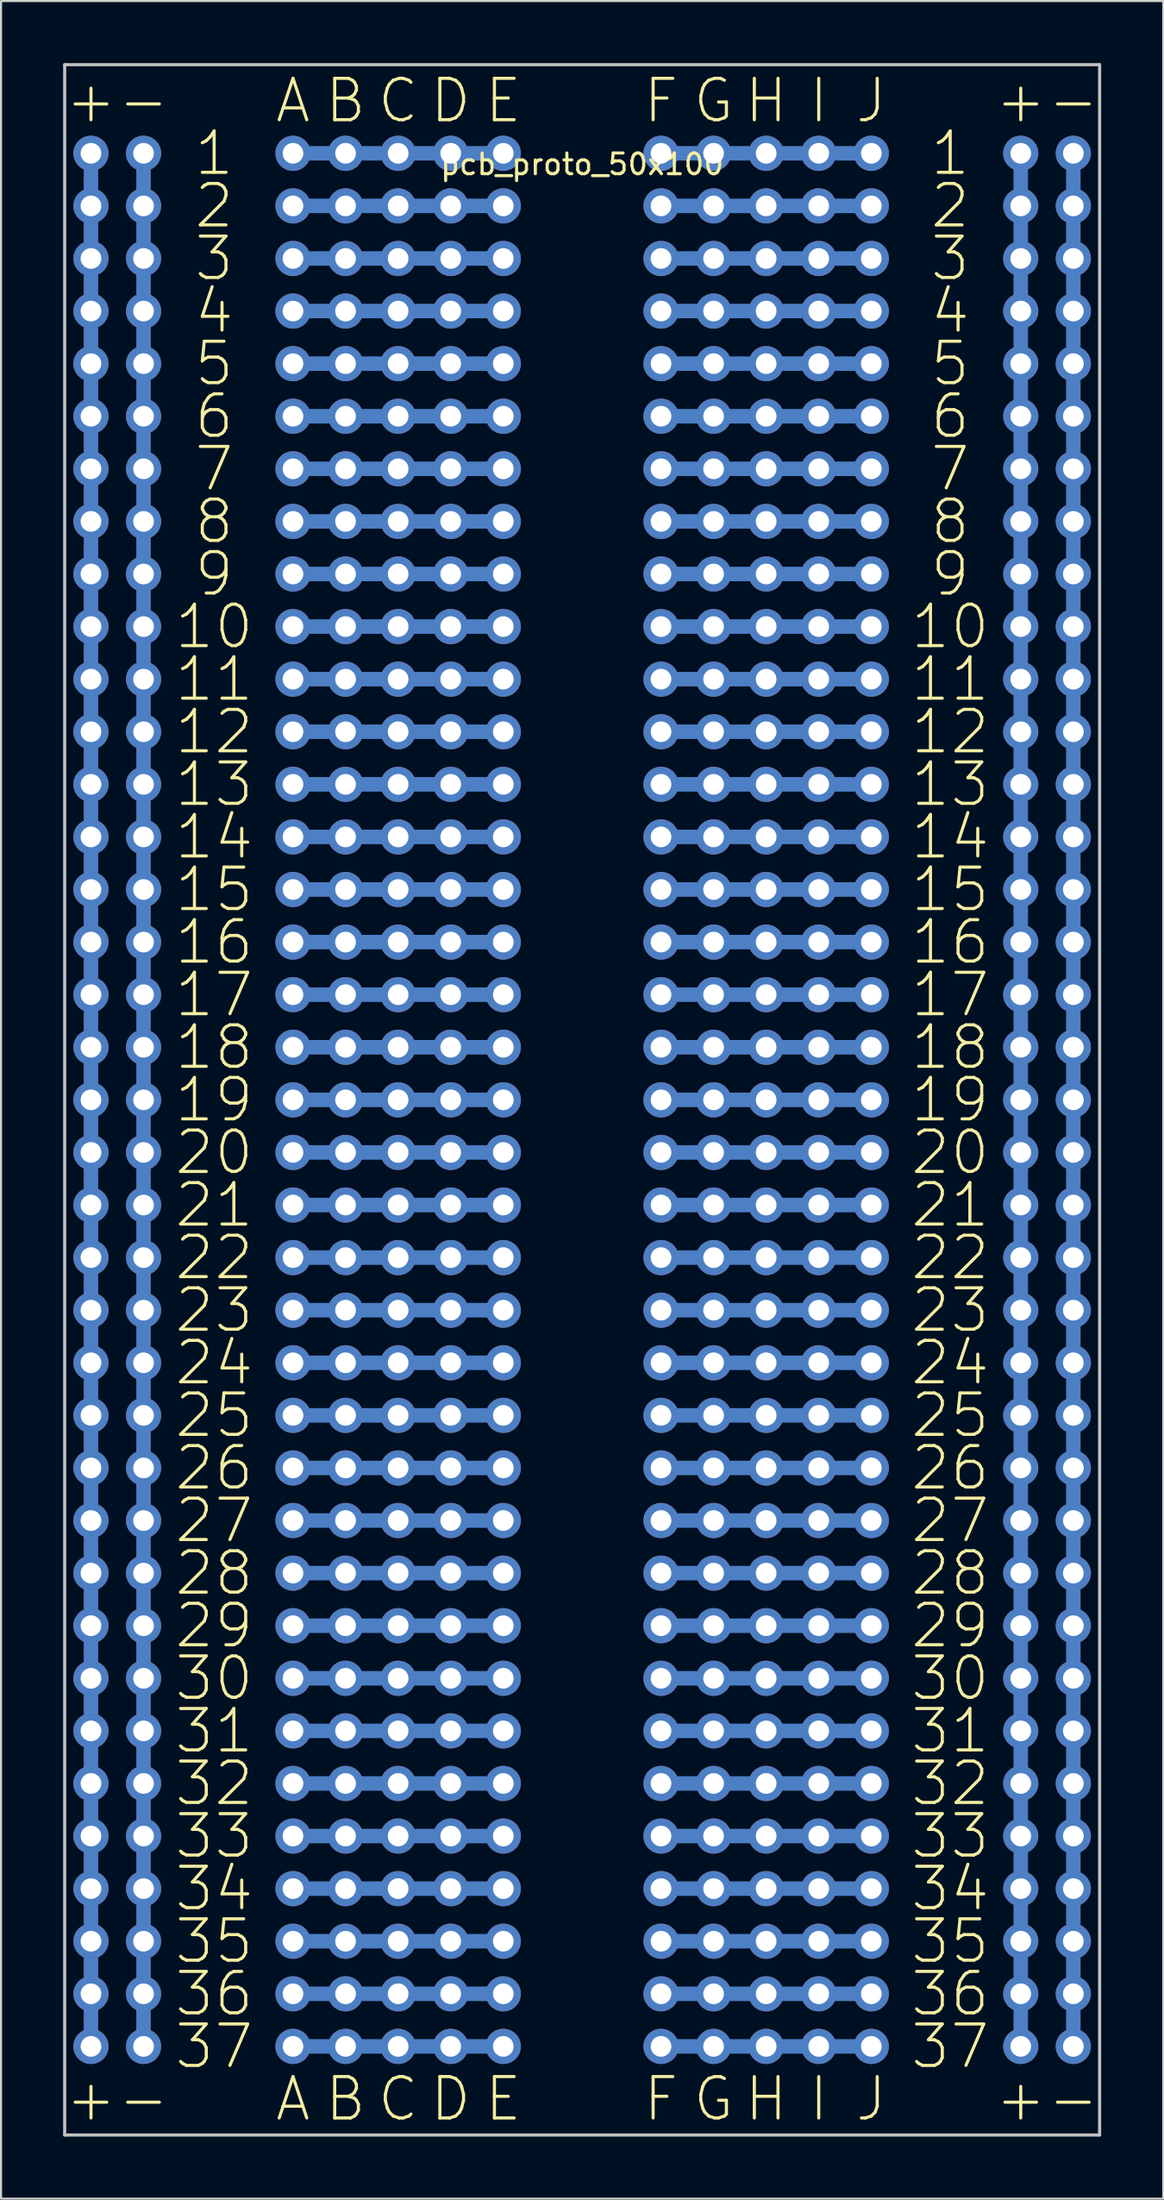
<source format=kicad_pcb>
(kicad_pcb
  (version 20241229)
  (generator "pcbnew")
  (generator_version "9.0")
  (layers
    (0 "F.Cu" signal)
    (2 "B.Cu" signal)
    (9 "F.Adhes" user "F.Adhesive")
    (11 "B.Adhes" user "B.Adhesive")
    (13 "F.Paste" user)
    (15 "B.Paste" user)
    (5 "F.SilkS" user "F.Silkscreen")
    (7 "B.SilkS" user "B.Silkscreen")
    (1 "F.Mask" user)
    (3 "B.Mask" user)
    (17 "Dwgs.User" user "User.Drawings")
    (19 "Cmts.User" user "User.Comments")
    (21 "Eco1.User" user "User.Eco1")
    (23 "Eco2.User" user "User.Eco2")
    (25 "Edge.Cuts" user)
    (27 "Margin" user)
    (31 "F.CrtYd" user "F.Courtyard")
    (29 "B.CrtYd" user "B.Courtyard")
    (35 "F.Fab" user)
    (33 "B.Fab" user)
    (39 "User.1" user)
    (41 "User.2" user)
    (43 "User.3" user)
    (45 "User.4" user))
  (footprint "pcb_proto_50x100"
    (layer "F.Cu")
    (at 25.075 3.885)
    (property "Reference" "pcb_proto_50x100" (at 0 1 0) (layer "F.SilkS") (effects (font (size 1 1) (thickness 0.15))))
    (attr through_hole)
    (fp_line (start -25 -3.81) (end -25 96.19) (stroke (width 0.15) (type solid)) (layer "Dwgs.User"))
    (fp_line (start -25 96.19) (end 25 96.19) (stroke (width 0.15) (type solid)) (layer "Dwgs.User"))
    (fp_line (start 25 -3.81) (end -25 -3.81) (stroke (width 0.15) (type solid)) (layer "Dwgs.User"))
    (fp_line (start 25 96.19) (end 25 -3.81) (stroke (width 0.15) (type solid)) (layer "Dwgs.User"))
    (fp_text user "25" (at -17.78 61.43 0) (layer "F.SilkS") (effects (font (size 2 2) (thickness 0.15))))
    (fp_text user "H" (at 8.89 -2.07 0) (layer "F.SilkS") (effects (font (size 2 2) (thickness 0.15))))
    (fp_text user "18" (at -17.78 43.65 0) (layer "F.SilkS") (effects (font (size 2 2) (thickness 0.15))))
    (fp_text user "H" (at 8.89 94.45 0) (layer "F.SilkS") (effects (font (size 2 2) (thickness 0.15))))
    (fp_text user "24" (at 17.78 58.89 0) (layer "F.SilkS") (effects (font (size 2 2) (thickness 0.15))))
    (fp_text user "22" (at 17.78 53.81 0) (layer "F.SilkS") (effects (font (size 2 2) (thickness 0.15))))
    (fp_text user "13" (at -17.78 30.95 0) (layer "F.SilkS") (effects (font (size 2 2) (thickness 0.15))))
    (fp_text user "F" (at 3.81 94.45 0) (layer "F.SilkS") (effects (font (size 2 2) (thickness 0.15))))
    (fp_text user "C" (at -8.89 -2.07 0) (layer "F.SilkS") (effects (font (size 2 2) (thickness 0.15))))
    (fp_text user "34" (at 17.78 84.29 0) (layer "F.SilkS") (effects (font (size 2 2) (thickness 0.15))))
    (fp_text user "+" (at -23.73 -2.07 0) (layer "F.SilkS") (effects (font (size 2 2) (thickness 0.15))))
    (fp_text user "E" (at -3.81 94.45 0) (layer "F.SilkS") (effects (font (size 2 2) (thickness 0.15))))
    (fp_text user "37" (at 17.78 91.91 0) (layer "F.SilkS") (effects (font (size 2 2) (thickness 0.15))))
    (fp_text user "1" (at -17.78 0.47 0) (layer "F.SilkS") (effects (font (size 2 2) (thickness 0.15))))
    (fp_text user "7" (at -17.78 15.71 0) (layer "F.SilkS") (effects (font (size 2 2) (thickness 0.15))))
    (fp_text user "36" (at 17.78 89.37 0) (layer "F.SilkS") (effects (font (size 2 2) (thickness 0.15))))
    (fp_text user "12" (at 17.78 28.41 0) (layer "F.SilkS") (effects (font (size 2 2) (thickness 0.15))))
    (fp_text user "16" (at 17.78 38.57 0) (layer "F.SilkS") (effects (font (size 2 2) (thickness 0.15))))
    (fp_text user "27" (at 17.78 66.51 0) (layer "F.SilkS") (effects (font (size 2 2) (thickness 0.15))))
    (fp_text user "17" (at -17.78 41.11 0) (layer "F.SilkS") (effects (font (size 2 2) (thickness 0.15))))
    (fp_text user "33" (at -17.78 81.75 0) (layer "F.SilkS") (effects (font (size 2 2) (thickness 0.15))))
    (fp_text user "25" (at 17.78 61.43 0) (layer "F.SilkS") (effects (font (size 2 2) (thickness 0.15))))
    (fp_text user "+" (at 21.19 -2.07 0) (layer "F.SilkS") (effects (font (size 2 2) (thickness 0.15))))
    (fp_text user "28" (at -17.78 69.05 0) (layer "F.SilkS") (effects (font (size 2 2) (thickness 0.15))))
    (fp_text user "30" (at 17.78 74.13 0) (layer "F.SilkS") (effects (font (size 2 2) (thickness 0.15))))
    (fp_text user "17" (at 17.78 41.11 0) (layer "F.SilkS") (effects (font (size 2 2) (thickness 0.15))))
    (fp_text user "C" (at -8.89 94.45 0) (layer "F.SilkS") (effects (font (size 2 2) (thickness 0.15))))
    (fp_text user "+" (at 21.19 94.45 0) (layer "F.SilkS") (effects (font (size 2 2) (thickness 0.15))))
    (fp_text user "7" (at 17.78 15.71 0) (layer "F.SilkS") (effects (font (size 2 2) (thickness 0.15))))
    (fp_text user "4" (at -17.78 8.09 0) (layer "F.SilkS") (effects (font (size 2 2) (thickness 0.15))))
    (fp_text user "31" (at -17.78 76.67 0) (layer "F.SilkS") (effects (font (size 2 2) (thickness 0.15))))
    (fp_text user "23" (at -17.78 56.35 0) (layer "F.SilkS") (effects (font (size 2 2) (thickness 0.15))))
    (fp_text user "D" (at -6.35 94.45 0) (layer "F.SilkS") (effects (font (size 2 2) (thickness 0.15))))
    (fp_text user "I" (at 11.43 94.45 0) (layer "F.SilkS") (effects (font (size 2 2) (thickness 0.15))))
    (fp_text user "14" (at 17.78 33.49 0) (layer "F.SilkS") (effects (font (size 2 2) (thickness 0.15))))
    (fp_text user "9" (at 17.78 20.79 0) (layer "F.SilkS") (effects (font (size 2 2) (thickness 0.15))))
    (fp_text user "34" (at -17.78 84.29 0) (layer "F.SilkS") (effects (font (size 2 2) (thickness 0.15))))
    (fp_text user "-" (at -21.19 -2.07 0) (layer "F.SilkS") (effects (font (size 2 2) (thickness 0.15))))
    (fp_text user "+" (at -23.73 94.45 0) (layer "F.SilkS") (effects (font (size 2 2) (thickness 0.15))))
    (fp_text user "15" (at -17.78 36.03 0) (layer "F.SilkS") (effects (font (size 2 2) (thickness 0.15))))
    (fp_text user "19" (at -17.78 46.19 0) (layer "F.SilkS") (effects (font (size 2 2) (thickness 0.15))))
    (fp_text user "5" (at -17.78 10.63 0) (layer "F.SilkS") (effects (font (size 2 2) (thickness 0.15))))
    (fp_text user "14" (at -17.78 33.49 0) (layer "F.SilkS") (effects (font (size 2 2) (thickness 0.15))))
    (fp_text user "27" (at -17.78 66.51 0) (layer "F.SilkS") (effects (font (size 2 2) (thickness 0.15))))
    (fp_text user "6" (at -17.78 13.17 0) (layer "F.SilkS") (effects (font (size 2 2) (thickness 0.15))))
    (fp_text user "5" (at 17.78 10.63 0) (layer "F.SilkS") (effects (font (size 2 2) (thickness 0.15))))
    (fp_text user "-" (at -21.19 94.45 0) (layer "F.SilkS") (effects (font (size 2 2) (thickness 0.15))))
    (fp_text user "10" (at 17.78 23.33 0) (layer "F.SilkS") (effects (font (size 2 2) (thickness 0.15))))
    (fp_text user "35" (at 17.78 86.83 0) (layer "F.SilkS") (effects (font (size 2 2) (thickness 0.15))))
    (fp_text user "6" (at 17.78 13.17 0) (layer "F.SilkS") (effects (font (size 2 2) (thickness 0.15))))
    (fp_text user "18" (at 17.78 43.65 0) (layer "F.SilkS") (effects (font (size 2 2) (thickness 0.15))))
    (fp_text user "I" (at 11.43 -2.07 0) (layer "F.SilkS") (effects (font (size 2 2) (thickness 0.15))))
    (fp_text user "8" (at 17.78 18.25 0) (layer "F.SilkS") (effects (font (size 2 2) (thickness 0.15))))
    (fp_text user "21" (at 17.78 51.27 0) (layer "F.SilkS") (effects (font (size 2 2) (thickness 0.15))))
    (fp_text user "12" (at -17.78 28.41 0) (layer "F.SilkS") (effects (font (size 2 2) (thickness 0.15))))
    (fp_text user "26" (at 17.78 63.97 0) (layer "F.SilkS") (effects (font (size 2 2) (thickness 0.15))))
    (fp_text user "15" (at 17.78 36.03 0) (layer "F.SilkS") (effects (font (size 2 2) (thickness 0.15))))
    (fp_text user "11" (at -17.78 25.87 0) (layer "F.SilkS") (effects (font (size 2 2) (thickness 0.15))))
    (fp_text user "13" (at 17.78 30.95 0) (layer "F.SilkS") (effects (font (size 2 2) (thickness 0.15))))
    (fp_text user "E" (at -3.81 -2.07 0) (layer "F.SilkS") (effects (font (size 2 2) (thickness 0.15))))
    (fp_text user "A" (at -13.97 94.45 0) (layer "F.SilkS") (effects (font (size 2 2) (thickness 0.15))))
    (fp_text user "J" (at 13.97 94.45 0) (layer "F.SilkS") (effects (font (size 2 2) (thickness 0.15))))
    (fp_text user "23" (at 17.78 56.35 0) (layer "F.SilkS") (effects (font (size 2 2) (thickness 0.15))))
    (fp_text user "B" (at -11.43 -2.07 0) (layer "F.SilkS") (effects (font (size 2 2) (thickness 0.15))))
    (fp_text user "G" (at 6.35 -2.07 0) (layer "F.SilkS") (effects (font (size 2 2) (thickness 0.15))))
    (fp_text user "8" (at -17.78 18.25 0) (layer "F.SilkS") (effects (font (size 2 2) (thickness 0.15))))
    (fp_text user "29" (at -17.78 71.59 0) (layer "F.SilkS") (effects (font (size 2 2) (thickness 0.15))))
    (fp_text user "G" (at 6.35 94.45 0) (layer "F.SilkS") (effects (font (size 2 2) (thickness 0.15))))
    (fp_text user "26" (at -17.78 63.97 0) (layer "F.SilkS") (effects (font (size 2 2) (thickness 0.15))))
    (fp_text user "1" (at 17.78 0.47 0) (layer "F.SilkS") (effects (font (size 2 2) (thickness 0.15))))
    (fp_text user "B" (at -11.43 94.45 0) (layer "F.SilkS") (effects (font (size 2 2) (thickness 0.15))))
    (fp_text user "A" (at -13.97 -2.07 0) (layer "F.SilkS") (effects (font (size 2 2) (thickness 0.15))))
    (fp_text user "3" (at -17.78 5.55 0) (layer "F.SilkS") (effects (font (size 2 2) (thickness 0.15))))
    (fp_text user "31" (at 17.78 76.67 0) (layer "F.SilkS") (effects (font (size 2 2) (thickness 0.15))))
    (fp_text user "9" (at -17.78 20.79 0) (layer "F.SilkS") (effects (font (size 2 2) (thickness 0.15))))
    (fp_text user "F" (at 3.81 -2.07 0) (layer "F.SilkS") (effects (font (size 2 2) (thickness 0.15))))
    (fp_text user "10" (at -17.78 23.33 0) (layer "F.SilkS") (effects (font (size 2 2) (thickness 0.15))))
    (fp_text user "16" (at -17.78 38.57 0) (layer "F.SilkS") (effects (font (size 2 2) (thickness 0.15))))
    (fp_text user "11" (at 17.78 25.87 0) (layer "F.SilkS") (effects (font (size 2 2) (thickness 0.15))))
    (fp_text user "-" (at 23.73 94.45 0) (layer "F.SilkS") (effects (font (size 2 2) (thickness 0.15))))
    (fp_text user "20" (at -17.78 48.73 0) (layer "F.SilkS") (effects (font (size 2 2) (thickness 0.15))))
    (fp_text user "33" (at 17.78 81.75 0) (layer "F.SilkS") (effects (font (size 2 2) (thickness 0.15))))
    (fp_text user "J" (at 13.97 -2.07 0) (layer "F.SilkS") (effects (font (size 2 2) (thickness 0.15))))
    (fp_text user "32" (at 17.78 79.21 0) (layer "F.SilkS") (effects (font (size 2 2) (thickness 0.15))))
    (fp_text user "22" (at -17.78 53.81 0) (layer "F.SilkS") (effects (font (size 2 2) (thickness 0.15))))
    (fp_text user "32" (at -17.78 79.21 0) (layer "F.SilkS") (effects (font (size 2 2) (thickness 0.15))))
    (fp_text user "4" (at 17.78 8.09 0) (layer "F.SilkS") (effects (font (size 2 2) (thickness 0.15))))
    (fp_text user "3" (at 17.78 5.55 0) (layer "F.SilkS") (effects (font (size 2 2) (thickness 0.15))))
    (fp_text user "2" (at 17.78 3.01 0) (layer "F.SilkS") (effects (font (size 2 2) (thickness 0.15))))
    (fp_text user "37" (at -17.78 91.91 0) (layer "F.SilkS") (effects (font (size 2 2) (thickness 0.15))))
    (fp_text user "30" (at -17.78 74.13 0) (layer "F.SilkS") (effects (font (size 2 2) (thickness 0.15))))
    (fp_text user "2" (at -17.78 3.01 0) (layer "F.SilkS") (effects (font (size 2 2) (thickness 0.15))))
    (fp_text user "21" (at -17.78 51.27 0) (layer "F.SilkS") (effects (font (size 2 2) (thickness 0.15))))
    (fp_text user "36" (at -17.78 89.37 0) (layer "F.SilkS") (effects (font (size 2 2) (thickness 0.15))))
    (fp_text user "20" (at 17.78 48.73 0) (layer "F.SilkS") (effects (font (size 2 2) (thickness 0.15))))
    (fp_text user "19" (at 17.78 46.19 0) (layer "F.SilkS") (effects (font (size 2 2) (thickness 0.15))))
    (fp_text user "D" (at -6.35 -2.07 0) (layer "F.SilkS") (effects (font (size 2 2) (thickness 0.15))))
    (fp_text user "29" (at 17.78 71.59 0) (layer "F.SilkS") (effects (font (size 2 2) (thickness 0.15))))
    (fp_text user "35" (at -17.78 86.83 0) (layer "F.SilkS") (effects (font (size 2 2) (thickness 0.15))))
    (fp_text user "28" (at 17.78 69.05 0) (layer "F.SilkS") (effects (font (size 2 2) (thickness 0.15))))
    (fp_text user "-" (at 23.73 -2.07 0) (layer "F.SilkS") (effects (font (size 2 2) (thickness 0.15))))
    (fp_text user "24" (at -17.78 58.89 0) (layer "F.SilkS") (effects (font (size 2 2) (thickness 0.15))))
    (pad "" thru_hole circle (at -23.73 0.47) (size 1.7 1.7) (drill 1) (layers "*.Cu" "*.Mask"))
    (pad "" thru_hole circle (at -23.73 3.01) (size 1.7 1.7) (drill 1) (layers "*.Cu" "*.Mask"))
    (pad "" thru_hole circle (at -23.73 5.55) (size 1.7 1.7) (drill 1) (layers "*.Cu" "*.Mask"))
    (pad "" thru_hole circle (at -23.73 8.09) (size 1.7 1.7) (drill 1) (layers "*.Cu" "*.Mask"))
    (pad "" thru_hole circle (at -23.73 10.63) (size 1.7 1.7) (drill 1) (layers "*.Cu" "*.Mask"))
    (pad "" thru_hole circle (at -23.73 13.17) (size 1.7 1.7) (drill 1) (layers "*.Cu" "*.Mask"))
    (pad "" thru_hole circle (at -23.73 15.71) (size 1.7 1.7) (drill 1) (layers "*.Cu" "*.Mask"))
    (pad "" thru_hole circle (at -23.73 18.25) (size 1.7 1.7) (drill 1) (layers "*.Cu" "*.Mask"))
    (pad "" thru_hole circle (at -23.73 20.79) (size 1.7 1.7) (drill 1) (layers "*.Cu" "*.Mask"))
    (pad "" thru_hole circle (at -23.73 23.33) (size 1.7 1.7) (drill 1) (layers "*.Cu" "*.Mask"))
    (pad "" thru_hole circle (at -23.73 25.87) (size 1.7 1.7) (drill 1) (layers "*.Cu" "*.Mask"))
    (pad "" thru_hole circle (at -23.73 28.41) (size 1.7 1.7) (drill 1) (layers "*.Cu" "*.Mask"))
    (pad "" thru_hole circle (at -23.73 30.95) (size 1.7 1.7) (drill 1) (layers "*.Cu" "*.Mask"))
    (pad "" thru_hole circle (at -23.73 33.49) (size 1.7 1.7) (drill 1) (layers "*.Cu" "*.Mask"))
    (pad "" thru_hole circle (at -23.73 36.03) (size 1.7 1.7) (drill 1) (layers "*.Cu" "*.Mask"))
    (pad "" thru_hole circle (at -23.73 38.57) (size 1.7 1.7) (drill 1) (layers "*.Cu" "*.Mask"))
    (pad "" thru_hole circle (at -23.73 41.11) (size 1.7 1.7) (drill 1) (layers "*.Cu" "*.Mask"))
    (pad "" thru_hole circle (at -23.73 43.65) (size 1.7 1.7) (drill 1) (layers "*.Cu" "*.Mask"))
    (pad "" smd rect (at -23.73 46.19) (size 0.7 91.44) (layers "B.Cu" "B.Mask"))
    (pad "" thru_hole circle (at -23.73 46.19) (size 1.7 1.7) (drill 1) (layers "*.Cu" "*.Mask"))
    (pad "" thru_hole circle (at -23.73 48.73) (size 1.7 1.7) (drill 1) (layers "*.Cu" "*.Mask"))
    (pad "" thru_hole circle (at -23.73 51.27) (size 1.7 1.7) (drill 1) (layers "*.Cu" "*.Mask"))
    (pad "" thru_hole circle (at -23.73 53.81) (size 1.7 1.7) (drill 1) (layers "*.Cu" "*.Mask"))
    (pad "" thru_hole circle (at -23.73 56.35) (size 1.7 1.7) (drill 1) (layers "*.Cu" "*.Mask"))
    (pad "" thru_hole circle (at -23.73 58.89) (size 1.7 1.7) (drill 1) (layers "*.Cu" "*.Mask"))
    (pad "" thru_hole circle (at -23.73 61.43) (size 1.7 1.7) (drill 1) (layers "*.Cu" "*.Mask"))
    (pad "" thru_hole circle (at -23.73 63.97) (size 1.7 1.7) (drill 1) (layers "*.Cu" "*.Mask"))
    (pad "" thru_hole circle (at -23.73 66.51) (size 1.7 1.7) (drill 1) (layers "*.Cu" "*.Mask"))
    (pad "" thru_hole circle (at -23.73 69.05) (size 1.7 1.7) (drill 1) (layers "*.Cu" "*.Mask"))
    (pad "" thru_hole circle (at -23.73 71.59) (size 1.7 1.7) (drill 1) (layers "*.Cu" "*.Mask"))
    (pad "" thru_hole circle (at -23.73 74.13) (size 1.7 1.7) (drill 1) (layers "*.Cu" "*.Mask"))
    (pad "" thru_hole circle (at -23.73 76.67) (size 1.7 1.7) (drill 1) (layers "*.Cu" "*.Mask"))
    (pad "" thru_hole circle (at -23.73 79.21) (size 1.7 1.7) (drill 1) (layers "*.Cu" "*.Mask"))
    (pad "" thru_hole circle (at -23.73 81.75) (size 1.7 1.7) (drill 1) (layers "*.Cu" "*.Mask"))
    (pad "" thru_hole circle (at -23.73 84.29) (size 1.7 1.7) (drill 1) (layers "*.Cu" "*.Mask"))
    (pad "" thru_hole circle (at -23.73 86.83) (size 1.7 1.7) (drill 1) (layers "*.Cu" "*.Mask"))
    (pad "" thru_hole circle (at -23.73 89.37) (size 1.7 1.7) (drill 1) (layers "*.Cu" "*.Mask"))
    (pad "" thru_hole circle (at -23.73 91.91) (size 1.7 1.7) (drill 1) (layers "*.Cu" "*.Mask"))
    (pad "" thru_hole circle (at -21.19 0.47) (size 1.7 1.7) (drill 1) (layers "*.Cu" "*.Mask"))
    (pad "" thru_hole circle (at -21.19 3.01) (size 1.7 1.7) (drill 1) (layers "*.Cu" "*.Mask"))
    (pad "" thru_hole circle (at -21.19 5.55) (size 1.7 1.7) (drill 1) (layers "*.Cu" "*.Mask"))
    (pad "" thru_hole circle (at -21.19 8.09) (size 1.7 1.7) (drill 1) (layers "*.Cu" "*.Mask"))
    (pad "" thru_hole circle (at -21.19 10.63) (size 1.7 1.7) (drill 1) (layers "*.Cu" "*.Mask"))
    (pad "" thru_hole circle (at -21.19 13.17) (size 1.7 1.7) (drill 1) (layers "*.Cu" "*.Mask"))
    (pad "" thru_hole circle (at -21.19 15.71) (size 1.7 1.7) (drill 1) (layers "*.Cu" "*.Mask"))
    (pad "" thru_hole circle (at -21.19 18.25) (size 1.7 1.7) (drill 1) (layers "*.Cu" "*.Mask"))
    (pad "" thru_hole circle (at -21.19 20.79) (size 1.7 1.7) (drill 1) (layers "*.Cu" "*.Mask"))
    (pad "" thru_hole circle (at -21.19 23.33) (size 1.7 1.7) (drill 1) (layers "*.Cu" "*.Mask"))
    (pad "" thru_hole circle (at -21.19 25.87) (size 1.7 1.7) (drill 1) (layers "*.Cu" "*.Mask"))
    (pad "" thru_hole circle (at -21.19 28.41) (size 1.7 1.7) (drill 1) (layers "*.Cu" "*.Mask"))
    (pad "" thru_hole circle (at -21.19 30.95) (size 1.7 1.7) (drill 1) (layers "*.Cu" "*.Mask"))
    (pad "" thru_hole circle (at -21.19 33.49) (size 1.7 1.7) (drill 1) (layers "*.Cu" "*.Mask"))
    (pad "" thru_hole circle (at -21.19 36.03) (size 1.7 1.7) (drill 1) (layers "*.Cu" "*.Mask"))
    (pad "" thru_hole circle (at -21.19 38.57) (size 1.7 1.7) (drill 1) (layers "*.Cu" "*.Mask"))
    (pad "" thru_hole circle (at -21.19 41.11) (size 1.7 1.7) (drill 1) (layers "*.Cu" "*.Mask"))
    (pad "" thru_hole circle (at -21.19 43.65) (size 1.7 1.7) (drill 1) (layers "*.Cu" "*.Mask"))
    (pad "" smd rect (at -21.19 46.19) (size 0.7 91.44) (layers "B.Cu" "B.Mask"))
    (pad "" thru_hole circle (at -21.19 46.19) (size 1.7 1.7) (drill 1) (layers "*.Cu" "*.Mask"))
    (pad "" thru_hole circle (at -21.19 48.73) (size 1.7 1.7) (drill 1) (layers "*.Cu" "*.Mask"))
    (pad "" thru_hole circle (at -21.19 51.27) (size 1.7 1.7) (drill 1) (layers "*.Cu" "*.Mask"))
    (pad "" thru_hole circle (at -21.19 53.81) (size 1.7 1.7) (drill 1) (layers "*.Cu" "*.Mask"))
    (pad "" thru_hole circle (at -21.19 56.35) (size 1.7 1.7) (drill 1) (layers "*.Cu" "*.Mask"))
    (pad "" thru_hole circle (at -21.19 58.89) (size 1.7 1.7) (drill 1) (layers "*.Cu" "*.Mask"))
    (pad "" thru_hole circle (at -21.19 61.43) (size 1.7 1.7) (drill 1) (layers "*.Cu" "*.Mask"))
    (pad "" thru_hole circle (at -21.19 63.97) (size 1.7 1.7) (drill 1) (layers "*.Cu" "*.Mask"))
    (pad "" thru_hole circle (at -21.19 66.51) (size 1.7 1.7) (drill 1) (layers "*.Cu" "*.Mask"))
    (pad "" thru_hole circle (at -21.19 69.05) (size 1.7 1.7) (drill 1) (layers "*.Cu" "*.Mask"))
    (pad "" thru_hole circle (at -21.19 71.59) (size 1.7 1.7) (drill 1) (layers "*.Cu" "*.Mask"))
    (pad "" thru_hole circle (at -21.19 74.13) (size 1.7 1.7) (drill 1) (layers "*.Cu" "*.Mask"))
    (pad "" thru_hole circle (at -21.19 76.67) (size 1.7 1.7) (drill 1) (layers "*.Cu" "*.Mask"))
    (pad "" thru_hole circle (at -21.19 79.21) (size 1.7 1.7) (drill 1) (layers "*.Cu" "*.Mask"))
    (pad "" thru_hole circle (at -21.19 81.75) (size 1.7 1.7) (drill 1) (layers "*.Cu" "*.Mask"))
    (pad "" thru_hole circle (at -21.19 84.29) (size 1.7 1.7) (drill 1) (layers "*.Cu" "*.Mask"))
    (pad "" thru_hole circle (at -21.19 86.83) (size 1.7 1.7) (drill 1) (layers "*.Cu" "*.Mask"))
    (pad "" thru_hole circle (at -21.19 89.37) (size 1.7 1.7) (drill 1) (layers "*.Cu" "*.Mask"))
    (pad "" thru_hole circle (at -21.19 91.91) (size 1.7 1.7) (drill 1) (layers "*.Cu" "*.Mask"))
    (pad "" thru_hole circle (at -13.97 0.47) (size 1.7 1.7) (drill 1) (layers "*.Cu" "*.Mask"))
    (pad "" thru_hole circle (at -13.97 3.01) (size 1.7 1.7) (drill 1) (layers "*.Cu" "*.Mask"))
    (pad "" thru_hole circle (at -13.97 5.55) (size 1.7 1.7) (drill 1) (layers "*.Cu" "*.Mask"))
    (pad "" thru_hole circle (at -13.97 8.09) (size 1.7 1.7) (drill 1) (layers "*.Cu" "*.Mask"))
    (pad "" thru_hole circle (at -13.97 10.63) (size 1.7 1.7) (drill 1) (layers "*.Cu" "*.Mask"))
    (pad "" thru_hole circle (at -13.97 13.17) (size 1.7 1.7) (drill 1) (layers "*.Cu" "*.Mask"))
    (pad "" thru_hole circle (at -13.97 15.71) (size 1.7 1.7) (drill 1) (layers "*.Cu" "*.Mask"))
    (pad "" thru_hole circle (at -13.97 18.25) (size 1.7 1.7) (drill 1) (layers "*.Cu" "*.Mask"))
    (pad "" thru_hole circle (at -13.97 20.79) (size 1.7 1.7) (drill 1) (layers "*.Cu" "*.Mask"))
    (pad "" thru_hole circle (at -13.97 23.33) (size 1.7 1.7) (drill 1) (layers "*.Cu" "*.Mask"))
    (pad "" thru_hole circle (at -13.97 25.87) (size 1.7 1.7) (drill 1) (layers "*.Cu" "*.Mask"))
    (pad "" thru_hole circle (at -13.97 28.41) (size 1.7 1.7) (drill 1) (layers "*.Cu" "*.Mask"))
    (pad "" thru_hole circle (at -13.97 30.95) (size 1.7 1.7) (drill 1) (layers "*.Cu" "*.Mask"))
    (pad "" thru_hole circle (at -13.97 33.49) (size 1.7 1.7) (drill 1) (layers "*.Cu" "*.Mask"))
    (pad "" thru_hole circle (at -13.97 36.03) (size 1.7 1.7) (drill 1) (layers "*.Cu" "*.Mask"))
    (pad "" thru_hole circle (at -13.97 38.57) (size 1.7 1.7) (drill 1) (layers "*.Cu" "*.Mask"))
    (pad "" thru_hole circle (at -13.97 41.11) (size 1.7 1.7) (drill 1) (layers "*.Cu" "*.Mask"))
    (pad "" thru_hole circle (at -13.97 43.65) (size 1.7 1.7) (drill 1) (layers "*.Cu" "*.Mask"))
    (pad "" thru_hole circle (at -13.97 46.19) (size 1.7 1.7) (drill 1) (layers "*.Cu" "*.Mask"))
    (pad "" thru_hole circle (at -13.97 48.73) (size 1.7 1.7) (drill 1) (layers "*.Cu" "*.Mask"))
    (pad "" thru_hole circle (at -13.97 51.27) (size 1.7 1.7) (drill 1) (layers "*.Cu" "*.Mask"))
    (pad "" thru_hole circle (at -13.97 53.81) (size 1.7 1.7) (drill 1) (layers "*.Cu" "*.Mask"))
    (pad "" thru_hole circle (at -13.97 56.35) (size 1.7 1.7) (drill 1) (layers "*.Cu" "*.Mask"))
    (pad "" thru_hole circle (at -13.97 58.89) (size 1.7 1.7) (drill 1) (layers "*.Cu" "*.Mask"))
    (pad "" thru_hole circle (at -13.97 61.43) (size 1.7 1.7) (drill 1) (layers "*.Cu" "*.Mask"))
    (pad "" thru_hole circle (at -13.97 63.97) (size 1.7 1.7) (drill 1) (layers "*.Cu" "*.Mask"))
    (pad "" thru_hole circle (at -13.97 66.51) (size 1.7 1.7) (drill 1) (layers "*.Cu" "*.Mask"))
    (pad "" thru_hole circle (at -13.97 69.05) (size 1.7 1.7) (drill 1) (layers "*.Cu" "*.Mask"))
    (pad "" thru_hole circle (at -13.97 71.59) (size 1.7 1.7) (drill 1) (layers "*.Cu" "*.Mask"))
    (pad "" thru_hole circle (at -13.97 74.13) (size 1.7 1.7) (drill 1) (layers "*.Cu" "*.Mask"))
    (pad "" thru_hole circle (at -13.97 76.67) (size 1.7 1.7) (drill 1) (layers "*.Cu" "*.Mask"))
    (pad "" thru_hole circle (at -13.97 79.21) (size 1.7 1.7) (drill 1) (layers "*.Cu" "*.Mask"))
    (pad "" thru_hole circle (at -13.97 81.75) (size 1.7 1.7) (drill 1) (layers "*.Cu" "*.Mask"))
    (pad "" thru_hole circle (at -13.97 84.29) (size 1.7 1.7) (drill 1) (layers "*.Cu" "*.Mask"))
    (pad "" thru_hole circle (at -13.97 86.83) (size 1.7 1.7) (drill 1) (layers "*.Cu" "*.Mask"))
    (pad "" thru_hole circle (at -13.97 89.37) (size 1.7 1.7) (drill 1) (layers "*.Cu" "*.Mask"))
    (pad "" thru_hole circle (at -13.97 91.91) (size 1.7 1.7) (drill 1) (layers "*.Cu" "*.Mask"))
    (pad "" thru_hole circle (at -11.43 0.47) (size 1.7 1.7) (drill 1) (layers "*.Cu" "*.Mask"))
    (pad "" thru_hole circle (at -11.43 3.01) (size 1.7 1.7) (drill 1) (layers "*.Cu" "*.Mask"))
    (pad "" thru_hole circle (at -11.43 5.55) (size 1.7 1.7) (drill 1) (layers "*.Cu" "*.Mask"))
    (pad "" thru_hole circle (at -11.43 8.09) (size 1.7 1.7) (drill 1) (layers "*.Cu" "*.Mask"))
    (pad "" thru_hole circle (at -11.43 10.63) (size 1.7 1.7) (drill 1) (layers "*.Cu" "*.Mask"))
    (pad "" thru_hole circle (at -11.43 13.17) (size 1.7 1.7) (drill 1) (layers "*.Cu" "*.Mask"))
    (pad "" thru_hole circle (at -11.43 15.71) (size 1.7 1.7) (drill 1) (layers "*.Cu" "*.Mask"))
    (pad "" thru_hole circle (at -11.43 18.25) (size 1.7 1.7) (drill 1) (layers "*.Cu" "*.Mask"))
    (pad "" thru_hole circle (at -11.43 20.79) (size 1.7 1.7) (drill 1) (layers "*.Cu" "*.Mask"))
    (pad "" thru_hole circle (at -11.43 23.33) (size 1.7 1.7) (drill 1) (layers "*.Cu" "*.Mask"))
    (pad "" thru_hole circle (at -11.43 25.87) (size 1.7 1.7) (drill 1) (layers "*.Cu" "*.Mask"))
    (pad "" thru_hole circle (at -11.43 28.41) (size 1.7 1.7) (drill 1) (layers "*.Cu" "*.Mask"))
    (pad "" thru_hole circle (at -11.43 30.95) (size 1.7 1.7) (drill 1) (layers "*.Cu" "*.Mask"))
    (pad "" thru_hole circle (at -11.43 33.49) (size 1.7 1.7) (drill 1) (layers "*.Cu" "*.Mask"))
    (pad "" thru_hole circle (at -11.43 36.03) (size 1.7 1.7) (drill 1) (layers "*.Cu" "*.Mask"))
    (pad "" thru_hole circle (at -11.43 38.57) (size 1.7 1.7) (drill 1) (layers "*.Cu" "*.Mask"))
    (pad "" thru_hole circle (at -11.43 41.11) (size 1.7 1.7) (drill 1) (layers "*.Cu" "*.Mask"))
    (pad "" thru_hole circle (at -11.43 43.65) (size 1.7 1.7) (drill 1) (layers "*.Cu" "*.Mask"))
    (pad "" thru_hole circle (at -11.43 46.19) (size 1.7 1.7) (drill 1) (layers "*.Cu" "*.Mask"))
    (pad "" thru_hole circle (at -11.43 48.73) (size 1.7 1.7) (drill 1) (layers "*.Cu" "*.Mask"))
    (pad "" thru_hole circle (at -11.43 51.27) (size 1.7 1.7) (drill 1) (layers "*.Cu" "*.Mask"))
    (pad "" thru_hole circle (at -11.43 53.81) (size 1.7 1.7) (drill 1) (layers "*.Cu" "*.Mask"))
    (pad "" thru_hole circle (at -11.43 56.35) (size 1.7 1.7) (drill 1) (layers "*.Cu" "*.Mask"))
    (pad "" thru_hole circle (at -11.43 58.89) (size 1.7 1.7) (drill 1) (layers "*.Cu" "*.Mask"))
    (pad "" thru_hole circle (at -11.43 61.43) (size 1.7 1.7) (drill 1) (layers "*.Cu" "*.Mask"))
    (pad "" thru_hole circle (at -11.43 63.97) (size 1.7 1.7) (drill 1) (layers "*.Cu" "*.Mask"))
    (pad "" thru_hole circle (at -11.43 66.51) (size 1.7 1.7) (drill 1) (layers "*.Cu" "*.Mask"))
    (pad "" thru_hole circle (at -11.43 69.05) (size 1.7 1.7) (drill 1) (layers "*.Cu" "*.Mask"))
    (pad "" thru_hole circle (at -11.43 71.59) (size 1.7 1.7) (drill 1) (layers "*.Cu" "*.Mask"))
    (pad "" thru_hole circle (at -11.43 74.13) (size 1.7 1.7) (drill 1) (layers "*.Cu" "*.Mask"))
    (pad "" thru_hole circle (at -11.43 76.67) (size 1.7 1.7) (drill 1) (layers "*.Cu" "*.Mask"))
    (pad "" thru_hole circle (at -11.43 79.21) (size 1.7 1.7) (drill 1) (layers "*.Cu" "*.Mask"))
    (pad "" thru_hole circle (at -11.43 81.75) (size 1.7 1.7) (drill 1) (layers "*.Cu" "*.Mask"))
    (pad "" thru_hole circle (at -11.43 84.29) (size 1.7 1.7) (drill 1) (layers "*.Cu" "*.Mask"))
    (pad "" thru_hole circle (at -11.43 86.83) (size 1.7 1.7) (drill 1) (layers "*.Cu" "*.Mask"))
    (pad "" thru_hole circle (at -11.43 89.37) (size 1.7 1.7) (drill 1) (layers "*.Cu" "*.Mask"))
    (pad "" thru_hole circle (at -11.43 91.91) (size 1.7 1.7) (drill 1) (layers "*.Cu" "*.Mask"))
    (pad "" thru_hole circle (at -8.89 0.47) (size 1.7 1.7) (drill 1) (layers "*.Cu" "*.Mask"))
    (pad "" smd rect (at -8.89 0.47) (size 10.16 0.7) (layers "B.Cu" "B.Mask"))
    (pad "" thru_hole circle (at -8.89 3.01) (size 1.7 1.7) (drill 1) (layers "*.Cu" "*.Mask"))
    (pad "" smd rect (at -8.89 3.01) (size 10.16 0.7) (layers "B.Cu" "B.Mask"))
    (pad "" thru_hole circle (at -8.89 5.55) (size 1.7 1.7) (drill 1) (layers "*.Cu" "*.Mask"))
    (pad "" smd rect (at -8.89 5.55) (size 10.16 0.7) (layers "B.Cu" "B.Mask"))
    (pad "" thru_hole circle (at -8.89 8.09) (size 1.7 1.7) (drill 1) (layers "*.Cu" "*.Mask"))
    (pad "" smd rect (at -8.89 8.09) (size 10.16 0.7) (layers "B.Cu" "B.Mask"))
    (pad "" thru_hole circle (at -8.89 10.63) (size 1.7 1.7) (drill 1) (layers "*.Cu" "*.Mask"))
    (pad "" smd rect (at -8.89 10.63) (size 10.16 0.7) (layers "B.Cu" "B.Mask"))
    (pad "" thru_hole circle (at -8.89 13.17) (size 1.7 1.7) (drill 1) (layers "*.Cu" "*.Mask"))
    (pad "" smd rect (at -8.89 13.17) (size 10.16 0.7) (layers "B.Cu" "B.Mask"))
    (pad "" thru_hole circle (at -8.89 15.71) (size 1.7 1.7) (drill 1) (layers "*.Cu" "*.Mask"))
    (pad "" smd rect (at -8.89 15.71) (size 10.16 0.7) (layers "B.Cu" "B.Mask"))
    (pad "" thru_hole circle (at -8.89 18.25) (size 1.7 1.7) (drill 1) (layers "*.Cu" "*.Mask"))
    (pad "" smd rect (at -8.89 18.25) (size 10.16 0.7) (layers "B.Cu" "B.Mask"))
    (pad "" thru_hole circle (at -8.89 20.79) (size 1.7 1.7) (drill 1) (layers "*.Cu" "*.Mask"))
    (pad "" smd rect (at -8.89 20.79) (size 10.16 0.7) (layers "B.Cu" "B.Mask"))
    (pad "" thru_hole circle (at -8.89 23.33) (size 1.7 1.7) (drill 1) (layers "*.Cu" "*.Mask"))
    (pad "" smd rect (at -8.89 23.33) (size 10.16 0.7) (layers "B.Cu" "B.Mask"))
    (pad "" thru_hole circle (at -8.89 25.87) (size 1.7 1.7) (drill 1) (layers "*.Cu" "*.Mask"))
    (pad "" smd rect (at -8.89 25.87) (size 10.16 0.7) (layers "B.Cu" "B.Mask"))
    (pad "" thru_hole circle (at -8.89 28.41) (size 1.7 1.7) (drill 1) (layers "*.Cu" "*.Mask"))
    (pad "" smd rect (at -8.89 28.41) (size 10.16 0.7) (layers "B.Cu" "B.Mask"))
    (pad "" thru_hole circle (at -8.89 30.95) (size 1.7 1.7) (drill 1) (layers "*.Cu" "*.Mask"))
    (pad "" smd rect (at -8.89 30.95) (size 10.16 0.7) (layers "B.Cu" "B.Mask"))
    (pad "" thru_hole circle (at -8.89 33.49) (size 1.7 1.7) (drill 1) (layers "*.Cu" "*.Mask"))
    (pad "" smd rect (at -8.89 33.49) (size 10.16 0.7) (layers "B.Cu" "B.Mask"))
    (pad "" thru_hole circle (at -8.89 36.03) (size 1.7 1.7) (drill 1) (layers "*.Cu" "*.Mask"))
    (pad "" smd rect (at -8.89 36.03) (size 10.16 0.7) (layers "B.Cu" "B.Mask"))
    (pad "" thru_hole circle (at -8.89 38.57) (size 1.7 1.7) (drill 1) (layers "*.Cu" "*.Mask"))
    (pad "" smd rect (at -8.89 38.57) (size 10.16 0.7) (layers "B.Cu" "B.Mask"))
    (pad "" thru_hole circle (at -8.89 41.11) (size 1.7 1.7) (drill 1) (layers "*.Cu" "*.Mask"))
    (pad "" smd rect (at -8.89 41.11) (size 10.16 0.7) (layers "B.Cu" "B.Mask"))
    (pad "" thru_hole circle (at -8.89 43.65) (size 1.7 1.7) (drill 1) (layers "*.Cu" "*.Mask"))
    (pad "" smd rect (at -8.89 43.65) (size 10.16 0.7) (layers "B.Cu" "B.Mask"))
    (pad "" thru_hole circle (at -8.89 46.19) (size 1.7 1.7) (drill 1) (layers "*.Cu" "*.Mask"))
    (pad "" smd rect (at -8.89 46.19) (size 10.16 0.7) (layers "B.Cu" "B.Mask"))
    (pad "" thru_hole circle (at -8.89 48.73) (size 1.7 1.7) (drill 1) (layers "*.Cu" "*.Mask"))
    (pad "" smd rect (at -8.89 48.73) (size 10.16 0.7) (layers "B.Cu" "B.Mask"))
    (pad "" thru_hole circle (at -8.89 51.27) (size 1.7 1.7) (drill 1) (layers "*.Cu" "*.Mask"))
    (pad "" smd rect (at -8.89 51.27) (size 10.16 0.7) (layers "B.Cu" "B.Mask"))
    (pad "" thru_hole circle (at -8.89 53.81) (size 1.7 1.7) (drill 1) (layers "*.Cu" "*.Mask"))
    (pad "" smd rect (at -8.89 53.81) (size 10.16 0.7) (layers "B.Cu" "B.Mask"))
    (pad "" thru_hole circle (at -8.89 56.35) (size 1.7 1.7) (drill 1) (layers "*.Cu" "*.Mask"))
    (pad "" smd rect (at -8.89 56.35) (size 10.16 0.7) (layers "B.Cu" "B.Mask"))
    (pad "" thru_hole circle (at -8.89 58.89) (size 1.7 1.7) (drill 1) (layers "*.Cu" "*.Mask"))
    (pad "" smd rect (at -8.89 58.89) (size 10.16 0.7) (layers "B.Cu" "B.Mask"))
    (pad "" thru_hole circle (at -8.89 61.43) (size 1.7 1.7) (drill 1) (layers "*.Cu" "*.Mask"))
    (pad "" smd rect (at -8.89 61.43) (size 10.16 0.7) (layers "B.Cu" "B.Mask"))
    (pad "" thru_hole circle (at -8.89 63.97) (size 1.7 1.7) (drill 1) (layers "*.Cu" "*.Mask"))
    (pad "" smd rect (at -8.89 63.97) (size 10.16 0.7) (layers "B.Cu" "B.Mask"))
    (pad "" thru_hole circle (at -8.89 66.51) (size 1.7 1.7) (drill 1) (layers "*.Cu" "*.Mask"))
    (pad "" smd rect (at -8.89 66.51) (size 10.16 0.7) (layers "B.Cu" "B.Mask"))
    (pad "" thru_hole circle (at -8.89 69.05) (size 1.7 1.7) (drill 1) (layers "*.Cu" "*.Mask"))
    (pad "" smd rect (at -8.89 69.05) (size 10.16 0.7) (layers "B.Cu" "B.Mask"))
    (pad "" thru_hole circle (at -8.89 71.59) (size 1.7 1.7) (drill 1) (layers "*.Cu" "*.Mask"))
    (pad "" smd rect (at -8.89 71.59) (size 10.16 0.7) (layers "B.Cu" "B.Mask"))
    (pad "" thru_hole circle (at -8.89 74.13) (size 1.7 1.7) (drill 1) (layers "*.Cu" "*.Mask"))
    (pad "" smd rect (at -8.89 74.13) (size 10.16 0.7) (layers "B.Cu" "B.Mask"))
    (pad "" thru_hole circle (at -8.89 76.67) (size 1.7 1.7) (drill 1) (layers "*.Cu" "*.Mask"))
    (pad "" smd rect (at -8.89 76.67) (size 10.16 0.7) (layers "B.Cu" "B.Mask"))
    (pad "" thru_hole circle (at -8.89 79.21) (size 1.7 1.7) (drill 1) (layers "*.Cu" "*.Mask"))
    (pad "" smd rect (at -8.89 79.21) (size 10.16 0.7) (layers "B.Cu" "B.Mask"))
    (pad "" thru_hole circle (at -8.89 81.75) (size 1.7 1.7) (drill 1) (layers "*.Cu" "*.Mask"))
    (pad "" smd rect (at -8.89 81.75) (size 10.16 0.7) (layers "B.Cu" "B.Mask"))
    (pad "" thru_hole circle (at -8.89 84.29) (size 1.7 1.7) (drill 1) (layers "*.Cu" "*.Mask"))
    (pad "" smd rect (at -8.89 84.29) (size 10.16 0.7) (layers "B.Cu" "B.Mask"))
    (pad "" thru_hole circle (at -8.89 86.83) (size 1.7 1.7) (drill 1) (layers "*.Cu" "*.Mask"))
    (pad "" smd rect (at -8.89 86.83) (size 10.16 0.7) (layers "B.Cu" "B.Mask"))
    (pad "" thru_hole circle (at -8.89 89.37) (size 1.7 1.7) (drill 1) (layers "*.Cu" "*.Mask"))
    (pad "" smd rect (at -8.89 89.37) (size 10.16 0.7) (layers "B.Cu" "B.Mask"))
    (pad "" thru_hole circle (at -8.89 91.91) (size 1.7 1.7) (drill 1) (layers "*.Cu" "*.Mask"))
    (pad "" smd rect (at -8.89 91.91) (size 10.16 0.7) (layers "B.Cu" "B.Mask"))
    (pad "" thru_hole circle (at -6.35 0.47) (size 1.7 1.7) (drill 1) (layers "*.Cu" "*.Mask"))
    (pad "" thru_hole circle (at -6.35 3.01) (size 1.7 1.7) (drill 1) (layers "*.Cu" "*.Mask"))
    (pad "" thru_hole circle (at -6.35 5.55) (size 1.7 1.7) (drill 1) (layers "*.Cu" "*.Mask"))
    (pad "" thru_hole circle (at -6.35 8.09) (size 1.7 1.7) (drill 1) (layers "*.Cu" "*.Mask"))
    (pad "" thru_hole circle (at -6.35 10.63) (size 1.7 1.7) (drill 1) (layers "*.Cu" "*.Mask"))
    (pad "" thru_hole circle (at -6.35 13.17) (size 1.7 1.7) (drill 1) (layers "*.Cu" "*.Mask"))
    (pad "" thru_hole circle (at -6.35 15.71) (size 1.7 1.7) (drill 1) (layers "*.Cu" "*.Mask"))
    (pad "" thru_hole circle (at -6.35 18.25) (size 1.7 1.7) (drill 1) (layers "*.Cu" "*.Mask"))
    (pad "" thru_hole circle (at -6.35 20.79) (size 1.7 1.7) (drill 1) (layers "*.Cu" "*.Mask"))
    (pad "" thru_hole circle (at -6.35 23.33) (size 1.7 1.7) (drill 1) (layers "*.Cu" "*.Mask"))
    (pad "" thru_hole circle (at -6.35 25.87) (size 1.7 1.7) (drill 1) (layers "*.Cu" "*.Mask"))
    (pad "" thru_hole circle (at -6.35 28.41) (size 1.7 1.7) (drill 1) (layers "*.Cu" "*.Mask"))
    (pad "" thru_hole circle (at -6.35 30.95) (size 1.7 1.7) (drill 1) (layers "*.Cu" "*.Mask"))
    (pad "" thru_hole circle (at -6.35 33.49) (size 1.7 1.7) (drill 1) (layers "*.Cu" "*.Mask"))
    (pad "" thru_hole circle (at -6.35 36.03) (size 1.7 1.7) (drill 1) (layers "*.Cu" "*.Mask"))
    (pad "" thru_hole circle (at -6.35 38.57) (size 1.7 1.7) (drill 1) (layers "*.Cu" "*.Mask"))
    (pad "" thru_hole circle (at -6.35 41.11) (size 1.7 1.7) (drill 1) (layers "*.Cu" "*.Mask"))
    (pad "" thru_hole circle (at -6.35 43.65) (size 1.7 1.7) (drill 1) (layers "*.Cu" "*.Mask"))
    (pad "" thru_hole circle (at -6.35 46.19) (size 1.7 1.7) (drill 1) (layers "*.Cu" "*.Mask"))
    (pad "" thru_hole circle (at -6.35 48.73) (size 1.7 1.7) (drill 1) (layers "*.Cu" "*.Mask"))
    (pad "" thru_hole circle (at -6.35 51.27) (size 1.7 1.7) (drill 1) (layers "*.Cu" "*.Mask"))
    (pad "" thru_hole circle (at -6.35 53.81) (size 1.7 1.7) (drill 1) (layers "*.Cu" "*.Mask"))
    (pad "" thru_hole circle (at -6.35 56.35) (size 1.7 1.7) (drill 1) (layers "*.Cu" "*.Mask"))
    (pad "" thru_hole circle (at -6.35 58.89) (size 1.7 1.7) (drill 1) (layers "*.Cu" "*.Mask"))
    (pad "" thru_hole circle (at -6.35 61.43) (size 1.7 1.7) (drill 1) (layers "*.Cu" "*.Mask"))
    (pad "" thru_hole circle (at -6.35 63.97) (size 1.7 1.7) (drill 1) (layers "*.Cu" "*.Mask"))
    (pad "" thru_hole circle (at -6.35 66.51) (size 1.7 1.7) (drill 1) (layers "*.Cu" "*.Mask"))
    (pad "" thru_hole circle (at -6.35 69.05) (size 1.7 1.7) (drill 1) (layers "*.Cu" "*.Mask"))
    (pad "" thru_hole circle (at -6.35 71.59) (size 1.7 1.7) (drill 1) (layers "*.Cu" "*.Mask"))
    (pad "" thru_hole circle (at -6.35 74.13) (size 1.7 1.7) (drill 1) (layers "*.Cu" "*.Mask"))
    (pad "" thru_hole circle (at -6.35 76.67) (size 1.7 1.7) (drill 1) (layers "*.Cu" "*.Mask"))
    (pad "" thru_hole circle (at -6.35 79.21) (size 1.7 1.7) (drill 1) (layers "*.Cu" "*.Mask"))
    (pad "" thru_hole circle (at -6.35 81.75) (size 1.7 1.7) (drill 1) (layers "*.Cu" "*.Mask"))
    (pad "" thru_hole circle (at -6.35 84.29) (size 1.7 1.7) (drill 1) (layers "*.Cu" "*.Mask"))
    (pad "" thru_hole circle (at -6.35 86.83) (size 1.7 1.7) (drill 1) (layers "*.Cu" "*.Mask"))
    (pad "" thru_hole circle (at -6.35 89.37) (size 1.7 1.7) (drill 1) (layers "*.Cu" "*.Mask"))
    (pad "" thru_hole circle (at -6.35 91.91) (size 1.7 1.7) (drill 1) (layers "*.Cu" "*.Mask"))
    (pad "" thru_hole circle (at -3.81 0.47) (size 1.7 1.7) (drill 1) (layers "*.Cu" "*.Mask"))
    (pad "" thru_hole circle (at -3.81 3.01) (size 1.7 1.7) (drill 1) (layers "*.Cu" "*.Mask"))
    (pad "" thru_hole circle (at -3.81 5.55) (size 1.7 1.7) (drill 1) (layers "*.Cu" "*.Mask"))
    (pad "" thru_hole circle (at -3.81 8.09) (size 1.7 1.7) (drill 1) (layers "*.Cu" "*.Mask"))
    (pad "" thru_hole circle (at -3.81 10.63) (size 1.7 1.7) (drill 1) (layers "*.Cu" "*.Mask"))
    (pad "" thru_hole circle (at -3.81 13.17) (size 1.7 1.7) (drill 1) (layers "*.Cu" "*.Mask"))
    (pad "" thru_hole circle (at -3.81 15.71) (size 1.7 1.7) (drill 1) (layers "*.Cu" "*.Mask"))
    (pad "" thru_hole circle (at -3.81 18.25) (size 1.7 1.7) (drill 1) (layers "*.Cu" "*.Mask"))
    (pad "" thru_hole circle (at -3.81 20.79) (size 1.7 1.7) (drill 1) (layers "*.Cu" "*.Mask"))
    (pad "" thru_hole circle (at -3.81 23.33) (size 1.7 1.7) (drill 1) (layers "*.Cu" "*.Mask"))
    (pad "" thru_hole circle (at -3.81 25.87) (size 1.7 1.7) (drill 1) (layers "*.Cu" "*.Mask"))
    (pad "" thru_hole circle (at -3.81 28.41) (size 1.7 1.7) (drill 1) (layers "*.Cu" "*.Mask"))
    (pad "" thru_hole circle (at -3.81 30.95) (size 1.7 1.7) (drill 1) (layers "*.Cu" "*.Mask"))
    (pad "" thru_hole circle (at -3.81 33.49) (size 1.7 1.7) (drill 1) (layers "*.Cu" "*.Mask"))
    (pad "" thru_hole circle (at -3.81 36.03) (size 1.7 1.7) (drill 1) (layers "*.Cu" "*.Mask"))
    (pad "" thru_hole circle (at -3.81 38.57) (size 1.7 1.7) (drill 1) (layers "*.Cu" "*.Mask"))
    (pad "" thru_hole circle (at -3.81 41.11) (size 1.7 1.7) (drill 1) (layers "*.Cu" "*.Mask"))
    (pad "" thru_hole circle (at -3.81 43.65) (size 1.7 1.7) (drill 1) (layers "*.Cu" "*.Mask"))
    (pad "" thru_hole circle (at -3.81 46.19) (size 1.7 1.7) (drill 1) (layers "*.Cu" "*.Mask"))
    (pad "" thru_hole circle (at -3.81 48.73) (size 1.7 1.7) (drill 1) (layers "*.Cu" "*.Mask"))
    (pad "" thru_hole circle (at -3.81 51.27) (size 1.7 1.7) (drill 1) (layers "*.Cu" "*.Mask"))
    (pad "" thru_hole circle (at -3.81 53.81) (size 1.7 1.7) (drill 1) (layers "*.Cu" "*.Mask"))
    (pad "" thru_hole circle (at -3.81 56.35) (size 1.7 1.7) (drill 1) (layers "*.Cu" "*.Mask"))
    (pad "" thru_hole circle (at -3.81 58.89) (size 1.7 1.7) (drill 1) (layers "*.Cu" "*.Mask"))
    (pad "" thru_hole circle (at -3.81 61.43) (size 1.7 1.7) (drill 1) (layers "*.Cu" "*.Mask"))
    (pad "" thru_hole circle (at -3.81 63.97) (size 1.7 1.7) (drill 1) (layers "*.Cu" "*.Mask"))
    (pad "" thru_hole circle (at -3.81 66.51) (size 1.7 1.7) (drill 1) (layers "*.Cu" "*.Mask"))
    (pad "" thru_hole circle (at -3.81 69.05) (size 1.7 1.7) (drill 1) (layers "*.Cu" "*.Mask"))
    (pad "" thru_hole circle (at -3.81 71.59) (size 1.7 1.7) (drill 1) (layers "*.Cu" "*.Mask"))
    (pad "" thru_hole circle (at -3.81 74.13) (size 1.7 1.7) (drill 1) (layers "*.Cu" "*.Mask"))
    (pad "" thru_hole circle (at -3.81 76.67) (size 1.7 1.7) (drill 1) (layers "*.Cu" "*.Mask"))
    (pad "" thru_hole circle (at -3.81 79.21) (size 1.7 1.7) (drill 1) (layers "*.Cu" "*.Mask"))
    (pad "" thru_hole circle (at -3.81 81.75) (size 1.7 1.7) (drill 1) (layers "*.Cu" "*.Mask"))
    (pad "" thru_hole circle (at -3.81 84.29) (size 1.7 1.7) (drill 1) (layers "*.Cu" "*.Mask"))
    (pad "" thru_hole circle (at -3.81 86.83) (size 1.7 1.7) (drill 1) (layers "*.Cu" "*.Mask"))
    (pad "" thru_hole circle (at -3.81 89.37) (size 1.7 1.7) (drill 1) (layers "*.Cu" "*.Mask"))
    (pad "" thru_hole circle (at -3.81 91.91) (size 1.7 1.7) (drill 1) (layers "*.Cu" "*.Mask"))
    (pad "" thru_hole circle (at 3.81 0.47) (size 1.7 1.7) (drill 1) (layers "*.Cu" "*.Mask"))
    (pad "" thru_hole circle (at 3.81 3.01) (size 1.7 1.7) (drill 1) (layers "*.Cu" "*.Mask"))
    (pad "" thru_hole circle (at 3.81 5.55) (size 1.7 1.7) (drill 1) (layers "*.Cu" "*.Mask"))
    (pad "" thru_hole circle (at 3.81 8.09) (size 1.7 1.7) (drill 1) (layers "*.Cu" "*.Mask"))
    (pad "" thru_hole circle (at 3.81 10.63) (size 1.7 1.7) (drill 1) (layers "*.Cu" "*.Mask"))
    (pad "" thru_hole circle (at 3.81 13.17) (size 1.7 1.7) (drill 1) (layers "*.Cu" "*.Mask"))
    (pad "" thru_hole circle (at 3.81 15.71) (size 1.7 1.7) (drill 1) (layers "*.Cu" "*.Mask"))
    (pad "" thru_hole circle (at 3.81 18.25) (size 1.7 1.7) (drill 1) (layers "*.Cu" "*.Mask"))
    (pad "" thru_hole circle (at 3.81 20.79) (size 1.7 1.7) (drill 1) (layers "*.Cu" "*.Mask"))
    (pad "" thru_hole circle (at 3.81 23.33) (size 1.7 1.7) (drill 1) (layers "*.Cu" "*.Mask"))
    (pad "" thru_hole circle (at 3.81 25.87) (size 1.7 1.7) (drill 1) (layers "*.Cu" "*.Mask"))
    (pad "" thru_hole circle (at 3.81 28.41) (size 1.7 1.7) (drill 1) (layers "*.Cu" "*.Mask"))
    (pad "" thru_hole circle (at 3.81 30.95) (size 1.7 1.7) (drill 1) (layers "*.Cu" "*.Mask"))
    (pad "" thru_hole circle (at 3.81 33.49) (size 1.7 1.7) (drill 1) (layers "*.Cu" "*.Mask"))
    (pad "" thru_hole circle (at 3.81 36.03) (size 1.7 1.7) (drill 1) (layers "*.Cu" "*.Mask"))
    (pad "" thru_hole circle (at 3.81 38.57) (size 1.7 1.7) (drill 1) (layers "*.Cu" "*.Mask"))
    (pad "" thru_hole circle (at 3.81 41.11) (size 1.7 1.7) (drill 1) (layers "*.Cu" "*.Mask"))
    (pad "" thru_hole circle (at 3.81 43.65) (size 1.7 1.7) (drill 1) (layers "*.Cu" "*.Mask"))
    (pad "" thru_hole circle (at 3.81 46.19) (size 1.7 1.7) (drill 1) (layers "*.Cu" "*.Mask"))
    (pad "" thru_hole circle (at 3.81 48.73) (size 1.7 1.7) (drill 1) (layers "*.Cu" "*.Mask"))
    (pad "" thru_hole circle (at 3.81 51.27) (size 1.7 1.7) (drill 1) (layers "*.Cu" "*.Mask"))
    (pad "" thru_hole circle (at 3.81 53.81) (size 1.7 1.7) (drill 1) (layers "*.Cu" "*.Mask"))
    (pad "" thru_hole circle (at 3.81 56.35) (size 1.7 1.7) (drill 1) (layers "*.Cu" "*.Mask"))
    (pad "" thru_hole circle (at 3.81 58.89) (size 1.7 1.7) (drill 1) (layers "*.Cu" "*.Mask"))
    (pad "" thru_hole circle (at 3.81 61.43) (size 1.7 1.7) (drill 1) (layers "*.Cu" "*.Mask"))
    (pad "" thru_hole circle (at 3.81 63.97) (size 1.7 1.7) (drill 1) (layers "*.Cu" "*.Mask"))
    (pad "" thru_hole circle (at 3.81 66.51) (size 1.7 1.7) (drill 1) (layers "*.Cu" "*.Mask"))
    (pad "" thru_hole circle (at 3.81 69.05) (size 1.7 1.7) (drill 1) (layers "*.Cu" "*.Mask"))
    (pad "" thru_hole circle (at 3.81 71.59) (size 1.7 1.7) (drill 1) (layers "*.Cu" "*.Mask"))
    (pad "" thru_hole circle (at 3.81 74.13) (size 1.7 1.7) (drill 1) (layers "*.Cu" "*.Mask"))
    (pad "" thru_hole circle (at 3.81 76.67) (size 1.7 1.7) (drill 1) (layers "*.Cu" "*.Mask"))
    (pad "" thru_hole circle (at 3.81 79.21) (size 1.7 1.7) (drill 1) (layers "*.Cu" "*.Mask"))
    (pad "" thru_hole circle (at 3.81 81.75) (size 1.7 1.7) (drill 1) (layers "*.Cu" "*.Mask"))
    (pad "" thru_hole circle (at 3.81 84.29) (size 1.7 1.7) (drill 1) (layers "*.Cu" "*.Mask"))
    (pad "" thru_hole circle (at 3.81 86.83) (size 1.7 1.7) (drill 1) (layers "*.Cu" "*.Mask"))
    (pad "" thru_hole circle (at 3.81 89.37) (size 1.7 1.7) (drill 1) (layers "*.Cu" "*.Mask"))
    (pad "" thru_hole circle (at 3.81 91.91) (size 1.7 1.7) (drill 1) (layers "*.Cu" "*.Mask"))
    (pad "" thru_hole circle (at 6.35 0.47) (size 1.7 1.7) (drill 1) (layers "*.Cu" "*.Mask"))
    (pad "" thru_hole circle (at 6.35 3.01) (size 1.7 1.7) (drill 1) (layers "*.Cu" "*.Mask"))
    (pad "" thru_hole circle (at 6.35 5.55) (size 1.7 1.7) (drill 1) (layers "*.Cu" "*.Mask"))
    (pad "" thru_hole circle (at 6.35 8.09) (size 1.7 1.7) (drill 1) (layers "*.Cu" "*.Mask"))
    (pad "" thru_hole circle (at 6.35 10.63) (size 1.7 1.7) (drill 1) (layers "*.Cu" "*.Mask"))
    (pad "" thru_hole circle (at 6.35 13.17) (size 1.7 1.7) (drill 1) (layers "*.Cu" "*.Mask"))
    (pad "" thru_hole circle (at 6.35 15.71) (size 1.7 1.7) (drill 1) (layers "*.Cu" "*.Mask"))
    (pad "" thru_hole circle (at 6.35 18.25) (size 1.7 1.7) (drill 1) (layers "*.Cu" "*.Mask"))
    (pad "" thru_hole circle (at 6.35 20.79) (size 1.7 1.7) (drill 1) (layers "*.Cu" "*.Mask"))
    (pad "" thru_hole circle (at 6.35 23.33) (size 1.7 1.7) (drill 1) (layers "*.Cu" "*.Mask"))
    (pad "" thru_hole circle (at 6.35 25.87) (size 1.7 1.7) (drill 1) (layers "*.Cu" "*.Mask"))
    (pad "" thru_hole circle (at 6.35 28.41) (size 1.7 1.7) (drill 1) (layers "*.Cu" "*.Mask"))
    (pad "" thru_hole circle (at 6.35 30.95) (size 1.7 1.7) (drill 1) (layers "*.Cu" "*.Mask"))
    (pad "" thru_hole circle (at 6.35 33.49) (size 1.7 1.7) (drill 1) (layers "*.Cu" "*.Mask"))
    (pad "" thru_hole circle (at 6.35 36.03) (size 1.7 1.7) (drill 1) (layers "*.Cu" "*.Mask"))
    (pad "" thru_hole circle (at 6.35 38.57) (size 1.7 1.7) (drill 1) (layers "*.Cu" "*.Mask"))
    (pad "" thru_hole circle (at 6.35 41.11) (size 1.7 1.7) (drill 1) (layers "*.Cu" "*.Mask"))
    (pad "" thru_hole circle (at 6.35 43.65) (size 1.7 1.7) (drill 1) (layers "*.Cu" "*.Mask"))
    (pad "" thru_hole circle (at 6.35 46.19) (size 1.7 1.7) (drill 1) (layers "*.Cu" "*.Mask"))
    (pad "" thru_hole circle (at 6.35 48.73) (size 1.7 1.7) (drill 1) (layers "*.Cu" "*.Mask"))
    (pad "" thru_hole circle (at 6.35 51.27) (size 1.7 1.7) (drill 1) (layers "*.Cu" "*.Mask"))
    (pad "" thru_hole circle (at 6.35 53.81) (size 1.7 1.7) (drill 1) (layers "*.Cu" "*.Mask"))
    (pad "" thru_hole circle (at 6.35 56.35) (size 1.7 1.7) (drill 1) (layers "*.Cu" "*.Mask"))
    (pad "" thru_hole circle (at 6.35 58.89) (size 1.7 1.7) (drill 1) (layers "*.Cu" "*.Mask"))
    (pad "" thru_hole circle (at 6.35 61.43) (size 1.7 1.7) (drill 1) (layers "*.Cu" "*.Mask"))
    (pad "" thru_hole circle (at 6.35 63.97) (size 1.7 1.7) (drill 1) (layers "*.Cu" "*.Mask"))
    (pad "" thru_hole circle (at 6.35 66.51) (size 1.7 1.7) (drill 1) (layers "*.Cu" "*.Mask"))
    (pad "" thru_hole circle (at 6.35 69.05) (size 1.7 1.7) (drill 1) (layers "*.Cu" "*.Mask"))
    (pad "" thru_hole circle (at 6.35 71.59) (size 1.7 1.7) (drill 1) (layers "*.Cu" "*.Mask"))
    (pad "" thru_hole circle (at 6.35 74.13) (size 1.7 1.7) (drill 1) (layers "*.Cu" "*.Mask"))
    (pad "" thru_hole circle (at 6.35 76.67) (size 1.7 1.7) (drill 1) (layers "*.Cu" "*.Mask"))
    (pad "" thru_hole circle (at 6.35 79.21) (size 1.7 1.7) (drill 1) (layers "*.Cu" "*.Mask"))
    (pad "" thru_hole circle (at 6.35 81.75) (size 1.7 1.7) (drill 1) (layers "*.Cu" "*.Mask"))
    (pad "" thru_hole circle (at 6.35 84.29) (size 1.7 1.7) (drill 1) (layers "*.Cu" "*.Mask"))
    (pad "" thru_hole circle (at 6.35 86.83) (size 1.7 1.7) (drill 1) (layers "*.Cu" "*.Mask"))
    (pad "" thru_hole circle (at 6.35 89.37) (size 1.7 1.7) (drill 1) (layers "*.Cu" "*.Mask"))
    (pad "" thru_hole circle (at 6.35 91.91) (size 1.7 1.7) (drill 1) (layers "*.Cu" "*.Mask"))
    (pad "" thru_hole circle (at 8.89 0.47) (size 1.7 1.7) (drill 1) (layers "*.Cu" "*.Mask"))
    (pad "" smd rect (at 8.89 0.47) (size 10.16 0.7) (layers "B.Cu" "B.Mask"))
    (pad "" thru_hole circle (at 8.89 3.01) (size 1.7 1.7) (drill 1) (layers "*.Cu" "*.Mask"))
    (pad "" smd rect (at 8.89 3.01) (size 10.16 0.7) (layers "B.Cu" "B.Mask"))
    (pad "" thru_hole circle (at 8.89 5.55) (size 1.7 1.7) (drill 1) (layers "*.Cu" "*.Mask"))
    (pad "" smd rect (at 8.89 5.55) (size 10.16 0.7) (layers "B.Cu" "B.Mask"))
    (pad "" thru_hole circle (at 8.89 8.09) (size 1.7 1.7) (drill 1) (layers "*.Cu" "*.Mask"))
    (pad "" smd rect (at 8.89 8.09) (size 10.16 0.7) (layers "B.Cu" "B.Mask"))
    (pad "" thru_hole circle (at 8.89 10.63) (size 1.7 1.7) (drill 1) (layers "*.Cu" "*.Mask"))
    (pad "" smd rect (at 8.89 10.63) (size 10.16 0.7) (layers "B.Cu" "B.Mask"))
    (pad "" thru_hole circle (at 8.89 13.17) (size 1.7 1.7) (drill 1) (layers "*.Cu" "*.Mask"))
    (pad "" smd rect (at 8.89 13.17) (size 10.16 0.7) (layers "B.Cu" "B.Mask"))
    (pad "" thru_hole circle (at 8.89 15.71) (size 1.7 1.7) (drill 1) (layers "*.Cu" "*.Mask"))
    (pad "" smd rect (at 8.89 15.71) (size 10.16 0.7) (layers "B.Cu" "B.Mask"))
    (pad "" thru_hole circle (at 8.89 18.25) (size 1.7 1.7) (drill 1) (layers "*.Cu" "*.Mask"))
    (pad "" smd rect (at 8.89 18.25) (size 10.16 0.7) (layers "B.Cu" "B.Mask"))
    (pad "" thru_hole circle (at 8.89 20.79) (size 1.7 1.7) (drill 1) (layers "*.Cu" "*.Mask"))
    (pad "" smd rect (at 8.89 20.79) (size 10.16 0.7) (layers "B.Cu" "B.Mask"))
    (pad "" thru_hole circle (at 8.89 23.33) (size 1.7 1.7) (drill 1) (layers "*.Cu" "*.Mask"))
    (pad "" smd rect (at 8.89 23.33) (size 10.16 0.7) (layers "B.Cu" "B.Mask"))
    (pad "" thru_hole circle (at 8.89 25.87) (size 1.7 1.7) (drill 1) (layers "*.Cu" "*.Mask"))
    (pad "" smd rect (at 8.89 25.87) (size 10.16 0.7) (layers "B.Cu" "B.Mask"))
    (pad "" thru_hole circle (at 8.89 28.41) (size 1.7 1.7) (drill 1) (layers "*.Cu" "*.Mask"))
    (pad "" smd rect (at 8.89 28.41) (size 10.16 0.7) (layers "B.Cu" "B.Mask"))
    (pad "" thru_hole circle (at 8.89 30.95) (size 1.7 1.7) (drill 1) (layers "*.Cu" "*.Mask"))
    (pad "" smd rect (at 8.89 30.95) (size 10.16 0.7) (layers "B.Cu" "B.Mask"))
    (pad "" thru_hole circle (at 8.89 33.49) (size 1.7 1.7) (drill 1) (layers "*.Cu" "*.Mask"))
    (pad "" smd rect (at 8.89 33.49) (size 10.16 0.7) (layers "B.Cu" "B.Mask"))
    (pad "" thru_hole circle (at 8.89 36.03) (size 1.7 1.7) (drill 1) (layers "*.Cu" "*.Mask"))
    (pad "" smd rect (at 8.89 36.03) (size 10.16 0.7) (layers "B.Cu" "B.Mask"))
    (pad "" thru_hole circle (at 8.89 38.57) (size 1.7 1.7) (drill 1) (layers "*.Cu" "*.Mask"))
    (pad "" smd rect (at 8.89 38.57) (size 10.16 0.7) (layers "B.Cu" "B.Mask"))
    (pad "" thru_hole circle (at 8.89 41.11) (size 1.7 1.7) (drill 1) (layers "*.Cu" "*.Mask"))
    (pad "" smd rect (at 8.89 41.11) (size 10.16 0.7) (layers "B.Cu" "B.Mask"))
    (pad "" thru_hole circle (at 8.89 43.65) (size 1.7 1.7) (drill 1) (layers "*.Cu" "*.Mask"))
    (pad "" smd rect (at 8.89 43.65) (size 10.16 0.7) (layers "B.Cu" "B.Mask"))
    (pad "" thru_hole circle (at 8.89 46.19) (size 1.7 1.7) (drill 1) (layers "*.Cu" "*.Mask"))
    (pad "" smd rect (at 8.89 46.19) (size 10.16 0.7) (layers "B.Cu" "B.Mask"))
    (pad "" thru_hole circle (at 8.89 48.73) (size 1.7 1.7) (drill 1) (layers "*.Cu" "*.Mask"))
    (pad "" smd rect (at 8.89 48.73) (size 10.16 0.7) (layers "B.Cu" "B.Mask"))
    (pad "" thru_hole circle (at 8.89 51.27) (size 1.7 1.7) (drill 1) (layers "*.Cu" "*.Mask"))
    (pad "" smd rect (at 8.89 51.27) (size 10.16 0.7) (layers "B.Cu" "B.Mask"))
    (pad "" thru_hole circle (at 8.89 53.81) (size 1.7 1.7) (drill 1) (layers "*.Cu" "*.Mask"))
    (pad "" smd rect (at 8.89 53.81) (size 10.16 0.7) (layers "B.Cu" "B.Mask"))
    (pad "" thru_hole circle (at 8.89 56.35) (size 1.7 1.7) (drill 1) (layers "*.Cu" "*.Mask"))
    (pad "" smd rect (at 8.89 56.35) (size 10.16 0.7) (layers "B.Cu" "B.Mask"))
    (pad "" thru_hole circle (at 8.89 58.89) (size 1.7 1.7) (drill 1) (layers "*.Cu" "*.Mask"))
    (pad "" smd rect (at 8.89 58.89) (size 10.16 0.7) (layers "B.Cu" "B.Mask"))
    (pad "" thru_hole circle (at 8.89 61.43) (size 1.7 1.7) (drill 1) (layers "*.Cu" "*.Mask"))
    (pad "" smd rect (at 8.89 61.43) (size 10.16 0.7) (layers "B.Cu" "B.Mask"))
    (pad "" thru_hole circle (at 8.89 63.97) (size 1.7 1.7) (drill 1) (layers "*.Cu" "*.Mask"))
    (pad "" smd rect (at 8.89 63.97) (size 10.16 0.7) (layers "B.Cu" "B.Mask"))
    (pad "" thru_hole circle (at 8.89 66.51) (size 1.7 1.7) (drill 1) (layers "*.Cu" "*.Mask"))
    (pad "" smd rect (at 8.89 66.51) (size 10.16 0.7) (layers "B.Cu" "B.Mask"))
    (pad "" thru_hole circle (at 8.89 69.05) (size 1.7 1.7) (drill 1) (layers "*.Cu" "*.Mask"))
    (pad "" smd rect (at 8.89 69.05) (size 10.16 0.7) (layers "B.Cu" "B.Mask"))
    (pad "" thru_hole circle (at 8.89 71.59) (size 1.7 1.7) (drill 1) (layers "*.Cu" "*.Mask"))
    (pad "" smd rect (at 8.89 71.59) (size 10.16 0.7) (layers "B.Cu" "B.Mask"))
    (pad "" thru_hole circle (at 8.89 74.13) (size 1.7 1.7) (drill 1) (layers "*.Cu" "*.Mask"))
    (pad "" smd rect (at 8.89 74.13) (size 10.16 0.7) (layers "B.Cu" "B.Mask"))
    (pad "" thru_hole circle (at 8.89 76.67) (size 1.7 1.7) (drill 1) (layers "*.Cu" "*.Mask"))
    (pad "" smd rect (at 8.89 76.67) (size 10.16 0.7) (layers "B.Cu" "B.Mask"))
    (pad "" thru_hole circle (at 8.89 79.21) (size 1.7 1.7) (drill 1) (layers "*.Cu" "*.Mask"))
    (pad "" smd rect (at 8.89 79.21) (size 10.16 0.7) (layers "B.Cu" "B.Mask"))
    (pad "" thru_hole circle (at 8.89 81.75) (size 1.7 1.7) (drill 1) (layers "*.Cu" "*.Mask"))
    (pad "" smd rect (at 8.89 81.75) (size 10.16 0.7) (layers "B.Cu" "B.Mask"))
    (pad "" thru_hole circle (at 8.89 84.29) (size 1.7 1.7) (drill 1) (layers "*.Cu" "*.Mask"))
    (pad "" smd rect (at 8.89 84.29) (size 10.16 0.7) (layers "B.Cu" "B.Mask"))
    (pad "" thru_hole circle (at 8.89 86.83) (size 1.7 1.7) (drill 1) (layers "*.Cu" "*.Mask"))
    (pad "" smd rect (at 8.89 86.83) (size 10.16 0.7) (layers "B.Cu" "B.Mask"))
    (pad "" thru_hole circle (at 8.89 89.37) (size 1.7 1.7) (drill 1) (layers "*.Cu" "*.Mask"))
    (pad "" smd rect (at 8.89 89.37) (size 10.16 0.7) (layers "B.Cu" "B.Mask"))
    (pad "" thru_hole circle (at 8.89 91.91) (size 1.7 1.7) (drill 1) (layers "*.Cu" "*.Mask"))
    (pad "" smd rect (at 8.89 91.91) (size 10.16 0.7) (layers "B.Cu" "B.Mask"))
    (pad "" thru_hole circle (at 11.43 0.47) (size 1.7 1.7) (drill 1) (layers "*.Cu" "*.Mask"))
    (pad "" thru_hole circle (at 11.43 3.01) (size 1.7 1.7) (drill 1) (layers "*.Cu" "*.Mask"))
    (pad "" thru_hole circle (at 11.43 5.55) (size 1.7 1.7) (drill 1) (layers "*.Cu" "*.Mask"))
    (pad "" thru_hole circle (at 11.43 8.09) (size 1.7 1.7) (drill 1) (layers "*.Cu" "*.Mask"))
    (pad "" thru_hole circle (at 11.43 10.63) (size 1.7 1.7) (drill 1) (layers "*.Cu" "*.Mask"))
    (pad "" thru_hole circle (at 11.43 13.17) (size 1.7 1.7) (drill 1) (layers "*.Cu" "*.Mask"))
    (pad "" thru_hole circle (at 11.43 15.71) (size 1.7 1.7) (drill 1) (layers "*.Cu" "*.Mask"))
    (pad "" thru_hole circle (at 11.43 18.25) (size 1.7 1.7) (drill 1) (layers "*.Cu" "*.Mask"))
    (pad "" thru_hole circle (at 11.43 20.79) (size 1.7 1.7) (drill 1) (layers "*.Cu" "*.Mask"))
    (pad "" thru_hole circle (at 11.43 23.33) (size 1.7 1.7) (drill 1) (layers "*.Cu" "*.Mask"))
    (pad "" thru_hole circle (at 11.43 25.87) (size 1.7 1.7) (drill 1) (layers "*.Cu" "*.Mask"))
    (pad "" thru_hole circle (at 11.43 28.41) (size 1.7 1.7) (drill 1) (layers "*.Cu" "*.Mask"))
    (pad "" thru_hole circle (at 11.43 30.95) (size 1.7 1.7) (drill 1) (layers "*.Cu" "*.Mask"))
    (pad "" thru_hole circle (at 11.43 33.49) (size 1.7 1.7) (drill 1) (layers "*.Cu" "*.Mask"))
    (pad "" thru_hole circle (at 11.43 36.03) (size 1.7 1.7) (drill 1) (layers "*.Cu" "*.Mask"))
    (pad "" thru_hole circle (at 11.43 38.57) (size 1.7 1.7) (drill 1) (layers "*.Cu" "*.Mask"))
    (pad "" thru_hole circle (at 11.43 41.11) (size 1.7 1.7) (drill 1) (layers "*.Cu" "*.Mask"))
    (pad "" thru_hole circle (at 11.43 43.65) (size 1.7 1.7) (drill 1) (layers "*.Cu" "*.Mask"))
    (pad "" thru_hole circle (at 11.43 46.19) (size 1.7 1.7) (drill 1) (layers "*.Cu" "*.Mask"))
    (pad "" thru_hole circle (at 11.43 48.73) (size 1.7 1.7) (drill 1) (layers "*.Cu" "*.Mask"))
    (pad "" thru_hole circle (at 11.43 51.27) (size 1.7 1.7) (drill 1) (layers "*.Cu" "*.Mask"))
    (pad "" thru_hole circle (at 11.43 53.81) (size 1.7 1.7) (drill 1) (layers "*.Cu" "*.Mask"))
    (pad "" thru_hole circle (at 11.43 56.35) (size 1.7 1.7) (drill 1) (layers "*.Cu" "*.Mask"))
    (pad "" thru_hole circle (at 11.43 58.89) (size 1.7 1.7) (drill 1) (layers "*.Cu" "*.Mask"))
    (pad "" thru_hole circle (at 11.43 61.43) (size 1.7 1.7) (drill 1) (layers "*.Cu" "*.Mask"))
    (pad "" thru_hole circle (at 11.43 63.97) (size 1.7 1.7) (drill 1) (layers "*.Cu" "*.Mask"))
    (pad "" thru_hole circle (at 11.43 66.51) (size 1.7 1.7) (drill 1) (layers "*.Cu" "*.Mask"))
    (pad "" thru_hole circle (at 11.43 69.05) (size 1.7 1.7) (drill 1) (layers "*.Cu" "*.Mask"))
    (pad "" thru_hole circle (at 11.43 71.59) (size 1.7 1.7) (drill 1) (layers "*.Cu" "*.Mask"))
    (pad "" thru_hole circle (at 11.43 74.13) (size 1.7 1.7) (drill 1) (layers "*.Cu" "*.Mask"))
    (pad "" thru_hole circle (at 11.43 76.67) (size 1.7 1.7) (drill 1) (layers "*.Cu" "*.Mask"))
    (pad "" thru_hole circle (at 11.43 79.21) (size 1.7 1.7) (drill 1) (layers "*.Cu" "*.Mask"))
    (pad "" thru_hole circle (at 11.43 81.75) (size 1.7 1.7) (drill 1) (layers "*.Cu" "*.Mask"))
    (pad "" thru_hole circle (at 11.43 84.29) (size 1.7 1.7) (drill 1) (layers "*.Cu" "*.Mask"))
    (pad "" thru_hole circle (at 11.43 86.83) (size 1.7 1.7) (drill 1) (layers "*.Cu" "*.Mask"))
    (pad "" thru_hole circle (at 11.43 89.37) (size 1.7 1.7) (drill 1) (layers "*.Cu" "*.Mask"))
    (pad "" thru_hole circle (at 11.43 91.91) (size 1.7 1.7) (drill 1) (layers "*.Cu" "*.Mask"))
    (pad "" thru_hole circle (at 13.97 0.47) (size 1.7 1.7) (drill 1) (layers "*.Cu" "*.Mask"))
    (pad "" thru_hole circle (at 13.97 3.01) (size 1.7 1.7) (drill 1) (layers "*.Cu" "*.Mask"))
    (pad "" thru_hole circle (at 13.97 5.55) (size 1.7 1.7) (drill 1) (layers "*.Cu" "*.Mask"))
    (pad "" thru_hole circle (at 13.97 8.09) (size 1.7 1.7) (drill 1) (layers "*.Cu" "*.Mask"))
    (pad "" thru_hole circle (at 13.97 10.63) (size 1.7 1.7) (drill 1) (layers "*.Cu" "*.Mask"))
    (pad "" thru_hole circle (at 13.97 13.17) (size 1.7 1.7) (drill 1) (layers "*.Cu" "*.Mask"))
    (pad "" thru_hole circle (at 13.97 15.71) (size 1.7 1.7) (drill 1) (layers "*.Cu" "*.Mask"))
    (pad "" thru_hole circle (at 13.97 18.25) (size 1.7 1.7) (drill 1) (layers "*.Cu" "*.Mask"))
    (pad "" thru_hole circle (at 13.97 20.79) (size 1.7 1.7) (drill 1) (layers "*.Cu" "*.Mask"))
    (pad "" thru_hole circle (at 13.97 23.33) (size 1.7 1.7) (drill 1) (layers "*.Cu" "*.Mask"))
    (pad "" thru_hole circle (at 13.97 25.87) (size 1.7 1.7) (drill 1) (layers "*.Cu" "*.Mask"))
    (pad "" thru_hole circle (at 13.97 28.41) (size 1.7 1.7) (drill 1) (layers "*.Cu" "*.Mask"))
    (pad "" thru_hole circle (at 13.97 30.95) (size 1.7 1.7) (drill 1) (layers "*.Cu" "*.Mask"))
    (pad "" thru_hole circle (at 13.97 33.49) (size 1.7 1.7) (drill 1) (layers "*.Cu" "*.Mask"))
    (pad "" thru_hole circle (at 13.97 36.03) (size 1.7 1.7) (drill 1) (layers "*.Cu" "*.Mask"))
    (pad "" thru_hole circle (at 13.97 38.57) (size 1.7 1.7) (drill 1) (layers "*.Cu" "*.Mask"))
    (pad "" thru_hole circle (at 13.97 41.11) (size 1.7 1.7) (drill 1) (layers "*.Cu" "*.Mask"))
    (pad "" thru_hole circle (at 13.97 43.65) (size 1.7 1.7) (drill 1) (layers "*.Cu" "*.Mask"))
    (pad "" thru_hole circle (at 13.97 46.19) (size 1.7 1.7) (drill 1) (layers "*.Cu" "*.Mask"))
    (pad "" thru_hole circle (at 13.97 48.73) (size 1.7 1.7) (drill 1) (layers "*.Cu" "*.Mask"))
    (pad "" thru_hole circle (at 13.97 51.27) (size 1.7 1.7) (drill 1) (layers "*.Cu" "*.Mask"))
    (pad "" thru_hole circle (at 13.97 53.81) (size 1.7 1.7) (drill 1) (layers "*.Cu" "*.Mask"))
    (pad "" thru_hole circle (at 13.97 56.35) (size 1.7 1.7) (drill 1) (layers "*.Cu" "*.Mask"))
    (pad "" thru_hole circle (at 13.97 58.89) (size 1.7 1.7) (drill 1) (layers "*.Cu" "*.Mask"))
    (pad "" thru_hole circle (at 13.97 61.43) (size 1.7 1.7) (drill 1) (layers "*.Cu" "*.Mask"))
    (pad "" thru_hole circle (at 13.97 63.97) (size 1.7 1.7) (drill 1) (layers "*.Cu" "*.Mask"))
    (pad "" thru_hole circle (at 13.97 66.51) (size 1.7 1.7) (drill 1) (layers "*.Cu" "*.Mask"))
    (pad "" thru_hole circle (at 13.97 69.05) (size 1.7 1.7) (drill 1) (layers "*.Cu" "*.Mask"))
    (pad "" thru_hole circle (at 13.97 71.59) (size 1.7 1.7) (drill 1) (layers "*.Cu" "*.Mask"))
    (pad "" thru_hole circle (at 13.97 74.13) (size 1.7 1.7) (drill 1) (layers "*.Cu" "*.Mask"))
    (pad "" thru_hole circle (at 13.97 76.67) (size 1.7 1.7) (drill 1) (layers "*.Cu" "*.Mask"))
    (pad "" thru_hole circle (at 13.97 79.21) (size 1.7 1.7) (drill 1) (layers "*.Cu" "*.Mask"))
    (pad "" thru_hole circle (at 13.97 81.75) (size 1.7 1.7) (drill 1) (layers "*.Cu" "*.Mask"))
    (pad "" thru_hole circle (at 13.97 84.29) (size 1.7 1.7) (drill 1) (layers "*.Cu" "*.Mask"))
    (pad "" thru_hole circle (at 13.97 86.83) (size 1.7 1.7) (drill 1) (layers "*.Cu" "*.Mask"))
    (pad "" thru_hole circle (at 13.97 89.37) (size 1.7 1.7) (drill 1) (layers "*.Cu" "*.Mask"))
    (pad "" thru_hole circle (at 13.97 91.91) (size 1.7 1.7) (drill 1) (layers "*.Cu" "*.Mask"))
    (pad "" thru_hole circle (at 21.19 0.47) (size 1.7 1.7) (drill 1) (layers "*.Cu" "*.Mask"))
    (pad "" thru_hole circle (at 21.19 3.01) (size 1.7 1.7) (drill 1) (layers "*.Cu" "*.Mask"))
    (pad "" thru_hole circle (at 21.19 5.55) (size 1.7 1.7) (drill 1) (layers "*.Cu" "*.Mask"))
    (pad "" thru_hole circle (at 21.19 8.09) (size 1.7 1.7) (drill 1) (layers "*.Cu" "*.Mask"))
    (pad "" thru_hole circle (at 21.19 10.63) (size 1.7 1.7) (drill 1) (layers "*.Cu" "*.Mask"))
    (pad "" thru_hole circle (at 21.19 13.17) (size 1.7 1.7) (drill 1) (layers "*.Cu" "*.Mask"))
    (pad "" thru_hole circle (at 21.19 15.71) (size 1.7 1.7) (drill 1) (layers "*.Cu" "*.Mask"))
    (pad "" thru_hole circle (at 21.19 18.25) (size 1.7 1.7) (drill 1) (layers "*.Cu" "*.Mask"))
    (pad "" thru_hole circle (at 21.19 20.79) (size 1.7 1.7) (drill 1) (layers "*.Cu" "*.Mask"))
    (pad "" thru_hole circle (at 21.19 23.33) (size 1.7 1.7) (drill 1) (layers "*.Cu" "*.Mask"))
    (pad "" thru_hole circle (at 21.19 25.87) (size 1.7 1.7) (drill 1) (layers "*.Cu" "*.Mask"))
    (pad "" thru_hole circle (at 21.19 28.41) (size 1.7 1.7) (drill 1) (layers "*.Cu" "*.Mask"))
    (pad "" thru_hole circle (at 21.19 30.95) (size 1.7 1.7) (drill 1) (layers "*.Cu" "*.Mask"))
    (pad "" thru_hole circle (at 21.19 33.49) (size 1.7 1.7) (drill 1) (layers "*.Cu" "*.Mask"))
    (pad "" thru_hole circle (at 21.19 36.03) (size 1.7 1.7) (drill 1) (layers "*.Cu" "*.Mask"))
    (pad "" thru_hole circle (at 21.19 38.57) (size 1.7 1.7) (drill 1) (layers "*.Cu" "*.Mask"))
    (pad "" thru_hole circle (at 21.19 41.11) (size 1.7 1.7) (drill 1) (layers "*.Cu" "*.Mask"))
    (pad "" thru_hole circle (at 21.19 43.65) (size 1.7 1.7) (drill 1) (layers "*.Cu" "*.Mask"))
    (pad "" smd rect (at 21.19 46.19) (size 0.7 91.44) (layers "B.Cu" "B.Mask"))
    (pad "" thru_hole circle (at 21.19 46.19) (size 1.7 1.7) (drill 1) (layers "*.Cu" "*.Mask"))
    (pad "" thru_hole circle (at 21.19 48.73) (size 1.7 1.7) (drill 1) (layers "*.Cu" "*.Mask"))
    (pad "" thru_hole circle (at 21.19 51.27) (size 1.7 1.7) (drill 1) (layers "*.Cu" "*.Mask"))
    (pad "" thru_hole circle (at 21.19 53.81) (size 1.7 1.7) (drill 1) (layers "*.Cu" "*.Mask"))
    (pad "" thru_hole circle (at 21.19 56.35) (size 1.7 1.7) (drill 1) (layers "*.Cu" "*.Mask"))
    (pad "" thru_hole circle (at 21.19 58.89) (size 1.7 1.7) (drill 1) (layers "*.Cu" "*.Mask"))
    (pad "" thru_hole circle (at 21.19 61.43) (size 1.7 1.7) (drill 1) (layers "*.Cu" "*.Mask"))
    (pad "" thru_hole circle (at 21.19 63.97) (size 1.7 1.7) (drill 1) (layers "*.Cu" "*.Mask"))
    (pad "" thru_hole circle (at 21.19 66.51) (size 1.7 1.7) (drill 1) (layers "*.Cu" "*.Mask"))
    (pad "" thru_hole circle (at 21.19 69.05) (size 1.7 1.7) (drill 1) (layers "*.Cu" "*.Mask"))
    (pad "" thru_hole circle (at 21.19 71.59) (size 1.7 1.7) (drill 1) (layers "*.Cu" "*.Mask"))
    (pad "" thru_hole circle (at 21.19 74.13) (size 1.7 1.7) (drill 1) (layers "*.Cu" "*.Mask"))
    (pad "" thru_hole circle (at 21.19 76.67) (size 1.7 1.7) (drill 1) (layers "*.Cu" "*.Mask"))
    (pad "" thru_hole circle (at 21.19 79.21) (size 1.7 1.7) (drill 1) (layers "*.Cu" "*.Mask"))
    (pad "" thru_hole circle (at 21.19 81.75) (size 1.7 1.7) (drill 1) (layers "*.Cu" "*.Mask"))
    (pad "" thru_hole circle (at 21.19 84.29) (size 1.7 1.7) (drill 1) (layers "*.Cu" "*.Mask"))
    (pad "" thru_hole circle (at 21.19 86.83) (size 1.7 1.7) (drill 1) (layers "*.Cu" "*.Mask"))
    (pad "" thru_hole circle (at 21.19 89.37) (size 1.7 1.7) (drill 1) (layers "*.Cu" "*.Mask"))
    (pad "" thru_hole circle (at 21.19 91.91) (size 1.7 1.7) (drill 1) (layers "*.Cu" "*.Mask"))
    (pad "" thru_hole circle (at 23.73 0.47) (size 1.7 1.7) (drill 1) (layers "*.Cu" "*.Mask"))
    (pad "" thru_hole circle (at 23.73 3.01) (size 1.7 1.7) (drill 1) (layers "*.Cu" "*.Mask"))
    (pad "" thru_hole circle (at 23.73 5.55) (size 1.7 1.7) (drill 1) (layers "*.Cu" "*.Mask"))
    (pad "" thru_hole circle (at 23.73 8.09) (size 1.7 1.7) (drill 1) (layers "*.Cu" "*.Mask"))
    (pad "" thru_hole circle (at 23.73 10.63) (size 1.7 1.7) (drill 1) (layers "*.Cu" "*.Mask"))
    (pad "" thru_hole circle (at 23.73 13.17) (size 1.7 1.7) (drill 1) (layers "*.Cu" "*.Mask"))
    (pad "" thru_hole circle (at 23.73 15.71) (size 1.7 1.7) (drill 1) (layers "*.Cu" "*.Mask"))
    (pad "" thru_hole circle (at 23.73 18.25) (size 1.7 1.7) (drill 1) (layers "*.Cu" "*.Mask"))
    (pad "" thru_hole circle (at 23.73 20.79) (size 1.7 1.7) (drill 1) (layers "*.Cu" "*.Mask"))
    (pad "" thru_hole circle (at 23.73 23.33) (size 1.7 1.7) (drill 1) (layers "*.Cu" "*.Mask"))
    (pad "" thru_hole circle (at 23.73 25.87) (size 1.7 1.7) (drill 1) (layers "*.Cu" "*.Mask"))
    (pad "" thru_hole circle (at 23.73 28.41) (size 1.7 1.7) (drill 1) (layers "*.Cu" "*.Mask"))
    (pad "" thru_hole circle (at 23.73 30.95) (size 1.7 1.7) (drill 1) (layers "*.Cu" "*.Mask"))
    (pad "" thru_hole circle (at 23.73 33.49) (size 1.7 1.7) (drill 1) (layers "*.Cu" "*.Mask"))
    (pad "" thru_hole circle (at 23.73 36.03) (size 1.7 1.7) (drill 1) (layers "*.Cu" "*.Mask"))
    (pad "" thru_hole circle (at 23.73 38.57) (size 1.7 1.7) (drill 1) (layers "*.Cu" "*.Mask"))
    (pad "" thru_hole circle (at 23.73 41.11) (size 1.7 1.7) (drill 1) (layers "*.Cu" "*.Mask"))
    (pad "" thru_hole circle (at 23.73 43.65) (size 1.7 1.7) (drill 1) (layers "*.Cu" "*.Mask"))
    (pad "" smd rect (at 23.73 46.19) (size 0.7 91.44) (layers "B.Cu" "B.Mask"))
    (pad "" thru_hole circle (at 23.73 46.19) (size 1.7 1.7) (drill 1) (layers "*.Cu" "*.Mask"))
    (pad "" thru_hole circle (at 23.73 48.73) (size 1.7 1.7) (drill 1) (layers "*.Cu" "*.Mask"))
    (pad "" thru_hole circle (at 23.73 51.27) (size 1.7 1.7) (drill 1) (layers "*.Cu" "*.Mask"))
    (pad "" thru_hole circle (at 23.73 53.81) (size 1.7 1.7) (drill 1) (layers "*.Cu" "*.Mask"))
    (pad "" thru_hole circle (at 23.73 56.35) (size 1.7 1.7) (drill 1) (layers "*.Cu" "*.Mask"))
    (pad "" thru_hole circle (at 23.73 58.89) (size 1.7 1.7) (drill 1) (layers "*.Cu" "*.Mask"))
    (pad "" thru_hole circle (at 23.73 61.43) (size 1.7 1.7) (drill 1) (layers "*.Cu" "*.Mask"))
    (pad "" thru_hole circle (at 23.73 63.97) (size 1.7 1.7) (drill 1) (layers "*.Cu" "*.Mask"))
    (pad "" thru_hole circle (at 23.73 66.51) (size 1.7 1.7) (drill 1) (layers "*.Cu" "*.Mask"))
    (pad "" thru_hole circle (at 23.73 69.05) (size 1.7 1.7) (drill 1) (layers "*.Cu" "*.Mask"))
    (pad "" thru_hole circle (at 23.73 71.59) (size 1.7 1.7) (drill 1) (layers "*.Cu" "*.Mask"))
    (pad "" thru_hole circle (at 23.73 74.13) (size 1.7 1.7) (drill 1) (layers "*.Cu" "*.Mask"))
    (pad "" thru_hole circle (at 23.73 76.67) (size 1.7 1.7) (drill 1) (layers "*.Cu" "*.Mask"))
    (pad "" thru_hole circle (at 23.73 79.21) (size 1.7 1.7) (drill 1) (layers "*.Cu" "*.Mask"))
    (pad "" thru_hole circle (at 23.73 81.75) (size 1.7 1.7) (drill 1) (layers "*.Cu" "*.Mask"))
    (pad "" thru_hole circle (at 23.73 84.29) (size 1.7 1.7) (drill 1) (layers "*.Cu" "*.Mask"))
    (pad "" thru_hole circle (at 23.73 86.83) (size 1.7 1.7) (drill 1) (layers "*.Cu" "*.Mask"))
    (pad "" thru_hole circle (at 23.73 89.37) (size 1.7 1.7) (drill 1) (layers "*.Cu" "*.Mask"))
    (pad "" thru_hole circle (at 23.73 91.91) (size 1.7 1.7) (drill 1) (layers "*.Cu" "*.Mask")))
  (gr_rect
    (start -3 -3)
    (end 53.15 103.15)
    (stroke (width 0.1) (type default))
    (fill no)
    (layer "Edge.Cuts")))
</source>
